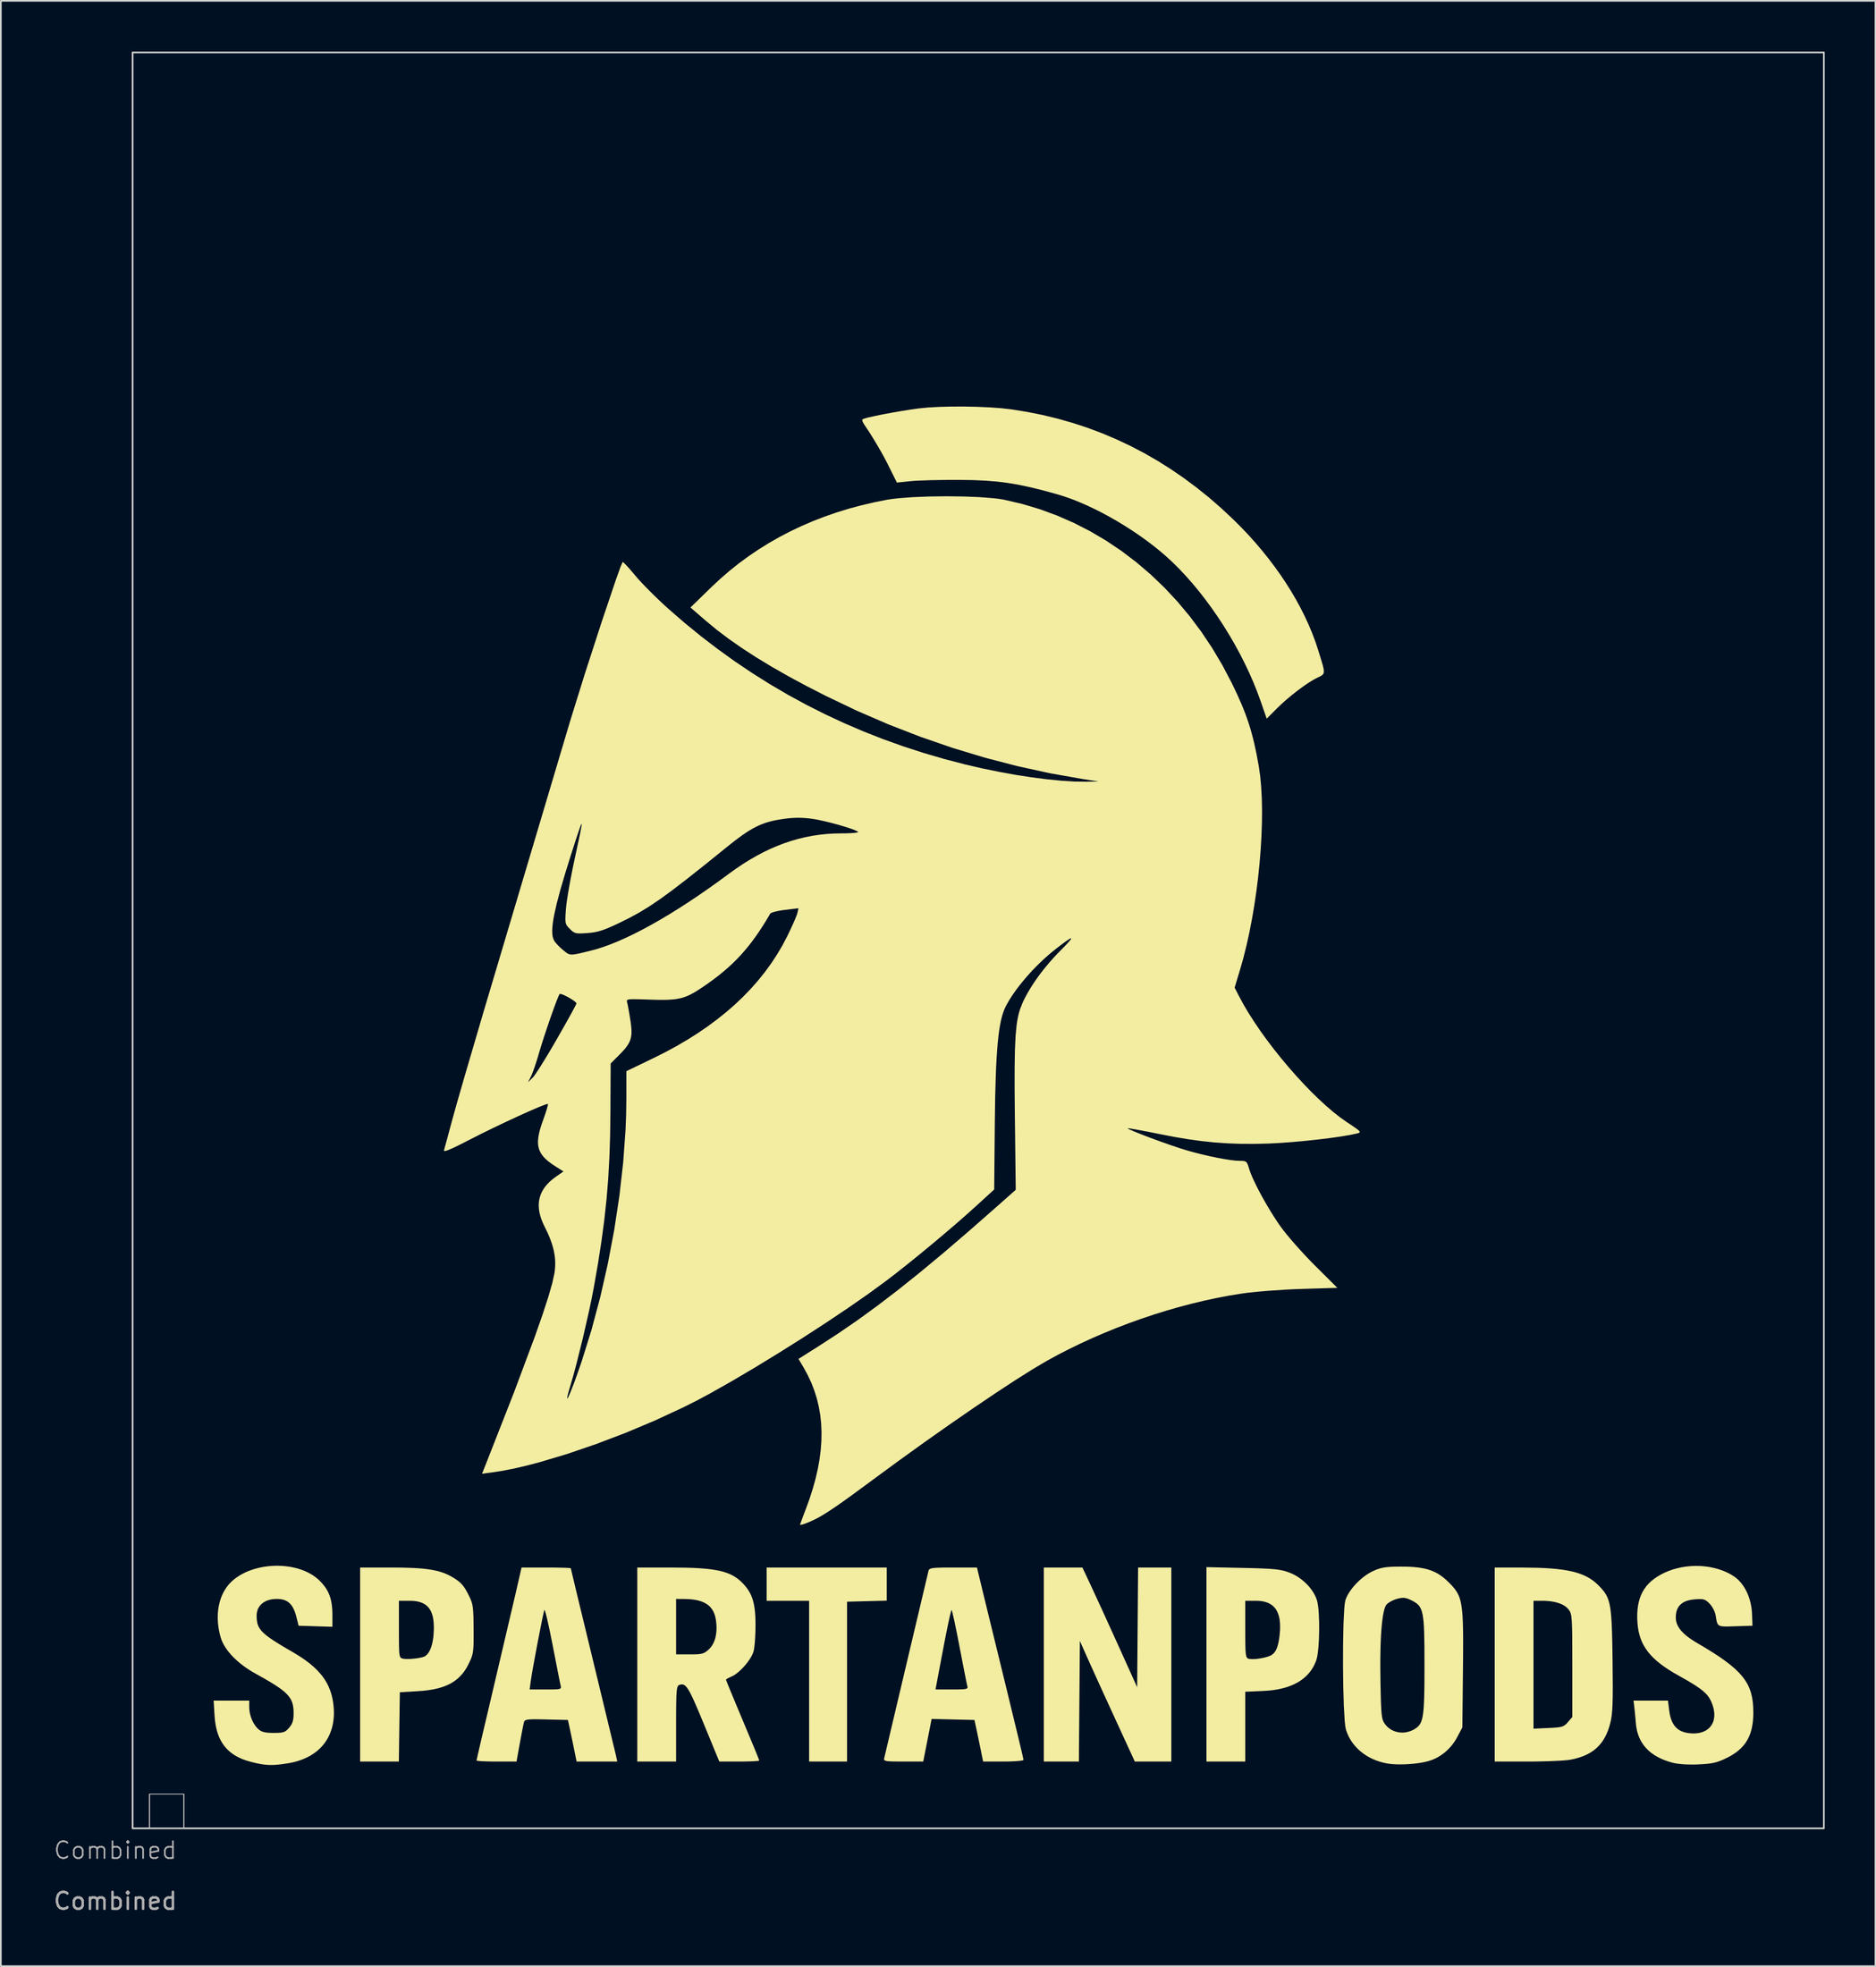
<source format=kicad_pcb>
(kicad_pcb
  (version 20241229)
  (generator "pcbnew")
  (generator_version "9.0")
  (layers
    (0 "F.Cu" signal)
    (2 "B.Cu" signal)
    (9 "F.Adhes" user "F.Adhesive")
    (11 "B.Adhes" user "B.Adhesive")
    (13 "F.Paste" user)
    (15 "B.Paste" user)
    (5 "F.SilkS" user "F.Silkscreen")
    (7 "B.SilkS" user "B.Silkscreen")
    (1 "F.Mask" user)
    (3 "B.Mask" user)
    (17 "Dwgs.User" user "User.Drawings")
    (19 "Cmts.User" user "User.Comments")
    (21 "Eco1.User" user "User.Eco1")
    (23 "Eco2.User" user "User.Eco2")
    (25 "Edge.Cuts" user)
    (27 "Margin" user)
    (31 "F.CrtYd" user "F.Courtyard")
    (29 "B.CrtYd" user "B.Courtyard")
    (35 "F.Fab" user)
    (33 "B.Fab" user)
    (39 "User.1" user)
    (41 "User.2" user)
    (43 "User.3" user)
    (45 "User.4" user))
  (footprint "Combined"
    (layer "F.Cu")
    (at 4.79 105.05)
    (property "Reference" "Combined" (at -1.022 1.3 0) (unlocked yes) (layer "F.Fab") (effects (font (size 1 1) (thickness 0.1))))
    (attr smd)
    (fp_poly (pts (xy 50.199 -99.979) (xy 51.255 -99.956) (xy 52.325 -99.915) (xy 53.322 -99.86) (xy 54.162 -99.794) (xy 54.759 -99.722) (xy 54.939 -99.685) (xy 55.027 -99.648) (xy 54.834 -98.2) (xy 54.368 -95) (xy 53.871 -91.685) (xy 53.584 -89.895) (xy 53.571 -89.83) (xy 53.562 -89.772) (xy 53.555 -89.721) (xy 53.552 -89.679) (xy 53.551 -89.662) (xy 53.552 -89.647) (xy 53.553 -89.635) (xy 53.555 -89.626) (xy 53.557 -89.62) (xy 53.559 -89.618) (xy 53.561 -89.617) (xy 53.563 -89.617) (xy 53.565 -89.618) (xy 53.57 -89.622) (xy 53.58 -89.641) (xy 53.596 -89.688) (xy 53.648 -89.858) (xy 53.821 -90.463) (xy 54.062 -91.343) (xy 54.346 -92.408) (xy 55.022 -94.938) (xy 55.632 -97.165) (xy 56.085 -98.762) (xy 56.224 -99.221) (xy 56.289 -99.4) (xy 56.33 -99.415) (xy 56.407 -99.416) (xy 56.663 -99.383) (xy 57.038 -99.307) (xy 57.512 -99.193) (xy 58.682 -98.877) (xy 60.019 -98.481) (xy 61.369 -98.053) (xy 62.579 -97.64) (xy 63.494 -97.29) (xy 63.794 -97.152) (xy 63.961 -97.048) (xy 63.964 -97.041) (xy 63.964 -97.026) (xy 63.951 -96.979) (xy 63.925 -96.906) (xy 63.886 -96.811) (xy 63.771 -96.555) (xy 63.611 -96.224) (xy 63.413 -95.828) (xy 63.181 -95.378) (xy 62.921 -94.884) (xy 62.638 -94.359) (xy 61.448 -92.151) (xy 60.585 -90.516) (xy 60.1 -89.55) (xy 60.014 -89.348) (xy 60.013 -89.322) (xy 60.042 -89.348) (xy 60.305 -89.703) (xy 60.892 -90.507) (xy 62.688 -92.984) (xy 63.96 -94.73) (xy 64.404 -95.325) (xy 64.743 -95.76) (xy 64.992 -96.058) (xy 65.089 -96.162) (xy 65.169 -96.239) (xy 65.235 -96.293) (xy 65.29 -96.324) (xy 65.334 -96.337) (xy 65.371 -96.334) (xy 65.534 -96.272) (xy 65.74 -96.179) (xy 65.983 -96.056) (xy 66.258 -95.909) (xy 66.883 -95.55) (xy 67.572 -95.13) (xy 68.284 -94.674) (xy 68.974 -94.211) (xy 69.601 -93.765) (xy 69.877 -93.558) (xy 70.121 -93.365) (xy 70.582 -92.989) (xy 69.516 -91.661) (xy 69.03 -91.05) (xy 68.494 -90.369) (xy 67.973 -89.701) (xy 67.532 -89.13) (xy 66.722 -88.072) (xy 66.064 -87.217) (xy 65.513 -86.507) (xy 66.603 -87.509) (xy 67.07 -87.943) (xy 67.534 -88.382) (xy 67.942 -88.777) (xy 68.24 -89.075) (xy 68.378 -89.215) (xy 68.562 -89.398) (xy 69.036 -89.861) (xy 69.597 -90.401) (xy 70.182 -90.957) (xy 71.578 -92.274) (xy 72.953 -90.921) (xy 73.559 -90.306) (xy 74.176 -89.646) (xy 74.791 -88.954) (xy 75.392 -88.247) (xy 75.967 -87.539) (xy 76.503 -86.846) (xy 76.987 -86.182) (xy 77.406 -85.563) (xy 77.592 -85.275) (xy 75.539 -83.967) (xy 73.75 -82.822) (xy 72.398 -81.945) (xy 71.543 -81.375) (xy 71.321 -81.217) (xy 71.245 -81.151) (xy 71.246 -81.149) (xy 71.249 -81.149) (xy 71.26 -81.15) (xy 71.279 -81.154) (xy 71.303 -81.162) (xy 71.335 -81.173) (xy 71.372 -81.186) (xy 71.462 -81.221) (xy 71.571 -81.266) (xy 71.696 -81.319) (xy 71.835 -81.38) (xy 71.983 -81.446) (xy 73.577 -82.149) (xy 75.671 -83.049) (xy 77.498 -83.821) (xy 78.071 -84.055) (xy 78.289 -84.135) (xy 78.388 -83.984) (xy 78.528 -83.75) (xy 78.702 -83.449) (xy 78.899 -83.099) (xy 79.11 -82.716) (xy 79.327 -82.316) (xy 79.539 -81.917) (xy 79.738 -81.535) (xy 79.993 -81.019) (xy 80.282 -80.41) (xy 80.872 -79.108) (xy 81.129 -78.513) (xy 81.333 -78.021) (xy 81.462 -77.682) (xy 81.492 -77.585) (xy 81.494 -77.545) (xy 81.438 -77.526) (xy 81.288 -77.482) (xy 80.75 -77.33) (xy 79.962 -77.112) (xy 79.004 -76.851) (xy 77.21 -76.352) (xy 75.914 -75.967) (xy 75.49 -75.829) (xy 75.235 -75.734) (xy 75.175 -75.703) (xy 75.163 -75.685) (xy 75.2 -75.679) (xy 75.289 -75.687) (xy 76.374 -75.809) (xy 78.052 -75.98) (xy 79.76 -76.144) (xy 80.932 -76.246) (xy 81.931 -76.319) (xy 82.1 -75.73) (xy 82.25 -75.194) (xy 82.394 -74.648) (xy 82.531 -74.094) (xy 82.662 -73.537) (xy 82.785 -72.978) (xy 82.899 -72.421) (xy 83.005 -71.87) (xy 83.1 -71.327) (xy 83.2 -70.687) (xy 83.288 -70.041) (xy 83.362 -69.414) (xy 83.419 -68.831) (xy 83.457 -68.318) (xy 83.474 -67.899) (xy 83.468 -67.601) (xy 83.456 -67.504) (xy 83.437 -67.447) (xy 83.432 -67.441) (xy 83.426 -67.436) (xy 83.42 -67.433) (xy 83.413 -67.43) (xy 83.405 -67.43) (xy 83.396 -67.43) (xy 83.386 -67.432) (xy 83.376 -67.435) (xy 83.365 -67.439) (xy 83.353 -67.445) (xy 83.341 -67.451) (xy 83.327 -67.459) (xy 83.313 -67.469) (xy 83.299 -67.479) (xy 83.284 -67.491) (xy 83.268 -67.503) (xy 83.234 -67.532) (xy 83.199 -67.566) (xy 83.161 -67.604) (xy 83.121 -67.646) (xy 83.079 -67.693) (xy 83.035 -67.743) (xy 82.989 -67.798) (xy 82.942 -67.856) (xy 82.826 -68.001) (xy 82.71 -68.136) (xy 82.595 -68.263) (xy 82.48 -68.383) (xy 82.364 -68.495) (xy 82.247 -68.601) (xy 82.126 -68.701) (xy 82.003 -68.795) (xy 81.876 -68.884) (xy 81.743 -68.969) (xy 81.606 -69.051) (xy 81.462 -69.129) (xy 81.311 -69.204) (xy 81.152 -69.277) (xy 80.984 -69.349) (xy 80.808 -69.42) (xy 80.457 -69.543) (xy 80.033 -69.674) (xy 79.57 -69.803) (xy 79.105 -69.922) (xy 78.674 -70.022) (xy 78.311 -70.095) (xy 78.167 -70.118) (xy 78.054 -70.131) (xy 77.975 -70.132) (xy 77.951 -70.129) (xy 77.937 -70.122) (xy 77.936 -70.119) (xy 77.936 -70.117) (xy 77.938 -70.113) (xy 77.941 -70.11) (xy 77.945 -70.106) (xy 77.951 -70.101) (xy 77.967 -70.091) (xy 77.988 -70.08) (xy 78.014 -70.067) (xy 78.045 -70.053) (xy 78.08 -70.038) (xy 78.118 -70.022) (xy 78.161 -70.005) (xy 78.207 -69.987) (xy 78.256 -69.969) (xy 78.308 -69.95) (xy 78.362 -69.931) (xy 78.419 -69.912) (xy 78.478 -69.892) (xy 78.854 -69.762) (xy 79.218 -69.621) (xy 79.569 -69.471) (xy 79.904 -69.311) (xy 80.222 -69.144) (xy 80.375 -69.057) (xy 80.522 -68.969) (xy 80.664 -68.879) (xy 80.801 -68.788) (xy 80.933 -68.695) (xy 81.059 -68.601) (xy 81.21 -68.482) (xy 81.364 -68.353) (xy 81.521 -68.216) (xy 81.679 -68.072) (xy 81.836 -67.923) (xy 81.992 -67.77) (xy 82.146 -67.613) (xy 82.296 -67.455) (xy 82.441 -67.297) (xy 82.58 -67.139) (xy 82.712 -66.984) (xy 82.835 -66.832) (xy 82.949 -66.684) (xy 83.052 -66.543) (xy 83.144 -66.409) (xy 83.222 -66.283) (xy 83.51 -65.791) (xy 83.435 -63.8) (xy 83.401 -62.989) (xy 83.363 -62.26) (xy 83.319 -61.601) (xy 83.268 -60.996) (xy 83.209 -60.433) (xy 83.14 -59.898) (xy 83.061 -59.378) (xy 82.97 -58.858) (xy 82.787 -57.875) (xy 82.694 -58.421) (xy 82.556 -59.179) (xy 82.413 -59.855) (xy 82.338 -60.167) (xy 82.26 -60.463) (xy 82.178 -60.746) (xy 82.092 -61.017) (xy 82.002 -61.278) (xy 81.906 -61.53) (xy 81.804 -61.775) (xy 81.696 -62.016) (xy 81.581 -62.253) (xy 81.458 -62.488) (xy 81.327 -62.723) (xy 81.188 -62.96) (xy 80.988 -63.285) (xy 80.905 -63.415) (xy 80.833 -63.524) (xy 80.771 -63.611) (xy 80.721 -63.678) (xy 80.682 -63.723) (xy 80.666 -63.737) (xy 80.653 -63.747) (xy 80.643 -63.75) (xy 80.636 -63.749) (xy 80.631 -63.742) (xy 80.629 -63.73) (xy 80.63 -63.713) (xy 80.634 -63.69) (xy 80.649 -63.629) (xy 80.675 -63.547) (xy 80.711 -63.443) (xy 80.759 -63.318) (xy 80.817 -63.172) (xy 80.891 -62.983) (xy 80.964 -62.777) (xy 81.106 -62.328) (xy 81.242 -61.839) (xy 81.366 -61.326) (xy 81.477 -60.804) (xy 81.57 -60.287) (xy 81.642 -59.791) (xy 81.669 -59.556) (xy 81.69 -59.331) (xy 81.706 -59.017) (xy 81.722 -58.513) (xy 81.75 -57.038) (xy 81.772 -55.117) (xy 81.784 -52.957) (xy 81.799 -50.134) (xy 81.829 -48.403) (xy 81.854 -47.84) (xy 81.888 -47.42) (xy 81.931 -47.1) (xy 81.986 -46.837) (xy 82.084 -46.45) (xy 82.186 -46.078) (xy 82.291 -45.721) (xy 82.4 -45.379) (xy 82.514 -45.048) (xy 82.633 -44.729) (xy 82.758 -44.42) (xy 82.89 -44.12) (xy 83.029 -43.827) (xy 83.175 -43.541) (xy 83.33 -43.26) (xy 83.493 -42.983) (xy 83.665 -42.709) (xy 83.847 -42.437) (xy 84.039 -42.165) (xy 84.243 -41.892) (xy 84.396 -41.689) (xy 84.536 -41.5) (xy 84.659 -41.329) (xy 84.764 -41.18) (xy 84.846 -41.057) (xy 84.903 -40.965) (xy 84.922 -40.931) (xy 84.933 -40.907) (xy 84.937 -40.892) (xy 84.936 -40.888) (xy 84.933 -40.887) (xy 84.921 -40.89) (xy 84.904 -40.894) (xy 84.855 -40.911) (xy 84.787 -40.937) (xy 84.704 -40.97) (xy 84.607 -41.01) (xy 84.5 -41.055) (xy 84.386 -41.105) (xy 84.267 -41.159) (xy 84.267 -41.159) (xy 83.972 -41.301) (xy 83.677 -41.459) (xy 83.385 -41.632) (xy 83.097 -41.817) (xy 82.813 -42.016) (xy 82.536 -42.225) (xy 82.265 -42.446) (xy 82.002 -42.675) (xy 81.748 -42.913) (xy 81.505 -43.158) (xy 81.273 -43.41) (xy 81.053 -43.667) (xy 80.847 -43.928) (xy 80.656 -44.193) (xy 80.48 -44.46) (xy 80.322 -44.729) (xy 80.097 -45.156) (xy 79.893 -45.599) (xy 79.706 -46.064) (xy 79.538 -46.556) (xy 79.387 -47.077) (xy 79.253 -47.635) (xy 79.134 -48.232) (xy 79.031 -48.874) (xy 78.943 -49.565) (xy 78.868 -50.311) (xy 78.807 -51.115) (xy 78.758 -51.982) (xy 78.722 -52.918) (xy 78.696 -53.927) (xy 78.681 -55.013) (xy 78.676 -56.181) (xy 78.664 -57.835) (xy 78.623 -59.214) (xy 78.589 -59.815) (xy 78.545 -60.366) (xy 78.49 -60.871) (xy 78.422 -61.337) (xy 78.342 -61.771) (xy 78.248 -62.177) (xy 78.138 -62.562) (xy 78.013 -62.932) (xy 77.87 -63.292) (xy 77.71 -63.649) (xy 77.531 -64.009) (xy 77.332 -64.377) (xy 77.194 -64.608) (xy 77.034 -64.848) (xy 76.855 -65.094) (xy 76.66 -65.344) (xy 76.449 -65.596) (xy 76.226 -65.847) (xy 75.993 -66.096) (xy 75.753 -66.34) (xy 75.506 -66.576) (xy 75.256 -66.803) (xy 75.005 -67.019) (xy 74.756 -67.22) (xy 74.509 -67.406) (xy 74.269 -67.573) (xy 74.036 -67.72) (xy 73.813 -67.843) (xy 72.939 -68.295) (xy 72.728 -69.041) (xy 72.381 -70.137) (xy 71.969 -71.218) (xy 71.493 -72.28) (xy 70.956 -73.32) (xy 70.359 -74.338) (xy 69.705 -75.329) (xy 68.995 -76.292) (xy 68.233 -77.224) (xy 67.42 -78.123) (xy 66.558 -78.986) (xy 65.649 -79.81) (xy 64.696 -80.593) (xy 63.7 -81.334) (xy 62.664 -82.028) (xy 61.59 -82.675) (xy 60.48 -83.27) (xy 60.055 -83.479) (xy 59.622 -83.68) (xy 59.179 -83.874) (xy 58.728 -84.06) (xy 58.27 -84.239) (xy 57.805 -84.41) (xy 56.856 -84.727) (xy 55.885 -85.01) (xy 54.896 -85.259) (xy 53.895 -85.471) (xy 52.886 -85.645) (xy 52.521 -85.695) (xy 52.129 -85.738) (xy 51.279 -85.8) (xy 50.367 -85.834) (xy 49.428 -85.838) (xy 48.494 -85.814) (xy 47.598 -85.762) (xy 46.774 -85.683) (xy 46.4 -85.632) (xy 46.055 -85.575) (xy 44.462 -85.282) (xy 44.195 -85.235) (xy 44.169 -85.302) (xy 44.135 -85.392) (xy 44.085 -85.525) (xy 44.018 -85.707) (xy 43.934 -85.94) (xy 43.83 -86.229) (xy 43.707 -86.579) (xy 43.143 -88.112) (xy 42.538 -89.614) (xy 41.9 -91.072) (xy 41.235 -92.471) (xy 40.55 -93.798) (xy 39.852 -95.038) (xy 39.148 -96.177) (xy 39.134 -96.198) (xy 42.019 -96.198) (xy 42.019 -96.188) (xy 42.026 -96.161) (xy 42.038 -96.122) (xy 42.056 -96.072) (xy 42.079 -96.013) (xy 42.108 -95.944) (xy 42.141 -95.865) (xy 42.18 -95.778) (xy 42.223 -95.683) (xy 42.324 -95.47) (xy 42.44 -95.231) (xy 42.69 -94.703) (xy 42.934 -94.144) (xy 43.171 -93.558) (xy 43.4 -92.947) (xy 43.619 -92.316) (xy 43.828 -91.667) (xy 44.024 -91.005) (xy 44.207 -90.332) (xy 44.271 -90.094) (xy 44.332 -89.879) (xy 44.388 -89.691) (xy 44.439 -89.535) (xy 44.482 -89.414) (xy 44.517 -89.333) (xy 44.531 -89.309) (xy 44.542 -89.296) (xy 44.546 -89.294) (xy 44.55 -89.295) (xy 44.555 -89.307) (xy 44.558 -89.331) (xy 44.557 -89.366) (xy 44.553 -89.41) (xy 44.547 -89.463) (xy 44.527 -89.596) (xy 44.498 -89.757) (xy 44.461 -89.942) (xy 44.417 -90.146) (xy 44.366 -90.364) (xy 44.311 -90.589) (xy 44.076 -91.449) (xy 43.811 -92.304) (xy 43.524 -93.135) (xy 43.223 -93.921) (xy 42.918 -94.639) (xy 42.616 -95.268) (xy 42.469 -95.544) (xy 42.326 -95.789) (xy 42.189 -96.001) (xy 42.057 -96.179) (xy 42.047 -96.191) (xy 42.038 -96.2) (xy 42.031 -96.206) (xy 42.025 -96.209) (xy 42.022 -96.208) (xy 42.019 -96.204) (xy 42.019 -96.198) (xy 39.134 -96.198) (xy 38.796 -96.704) (xy 38.445 -97.201) (xy 38.336 -97.352) (xy 38.236 -97.494) (xy 38.147 -97.624) (xy 38.07 -97.738) (xy 38.009 -97.834) (xy 37.964 -97.907) (xy 37.939 -97.956) (xy 37.934 -97.97) (xy 37.933 -97.974) (xy 37.934 -97.977) (xy 38.101 -98.034) (xy 38.503 -98.151) (xy 39.751 -98.493) (xy 41.151 -98.863) (xy 42.176 -99.118) (xy 42.627 -99.214) (xy 43.169 -99.319) (xy 43.733 -99.421) (xy 44.252 -99.507) (xy 45.694 -99.731) (xy 45.732 -99.736) (xy 45.768 -99.74) (xy 45.801 -99.741) (xy 45.832 -99.742) (xy 45.86 -99.74) (xy 45.887 -99.736) (xy 45.911 -99.73) (xy 45.922 -99.727) (xy 45.933 -99.723) (xy 45.943 -99.718) (xy 45.953 -99.713) (xy 45.962 -99.708) (xy 45.971 -99.702) (xy 45.979 -99.696) (xy 45.987 -99.689) (xy 45.994 -99.681) (xy 46.001 -99.673) (xy 46.007 -99.664) (xy 46.014 -99.655) (xy 46.025 -99.636) (xy 46.034 -99.614) (xy 46.042 -99.59) (xy 46.124 -99.228) (xy 46.229 -98.652) (xy 46.351 -97.897) (xy 46.486 -97.001) (xy 46.77 -94.932) (xy 46.909 -93.833) (xy 47.039 -92.74) (xy 47.109 -92.145) (xy 47.172 -91.652) (xy 47.22 -91.314) (xy 47.237 -91.218) (xy 47.247 -91.18) (xy 47.253 -91.262) (xy 47.256 -91.511) (xy 47.255 -92.437) (xy 47.245 -93.817) (xy 47.227 -95.508) (xy 47.172 -99.871) (xy 48.472 -99.952) (xy 49.243 -99.979)) (stroke (width 0) (type solid)) (fill yes) (layer "F.Mask"))
    (fp_poly (pts (xy 6.981 -3.936) (xy 6.981 -3.936) (xy 6.981 -3.936)) (stroke (width 0) (type solid)) (fill yes) (layer "F.SilkS"))
    (fp_poly (pts (xy 44.591 -14.442) (xy 44.591 -13.463) (xy 43.417 -13.432) (xy 42.242 -13.401) (xy 42.242 -8.675) (xy 42.242 -3.95) (xy 41.122 -3.95) (xy 40.002 -3.95) (xy 40.002 -8.703) (xy 40.002 -13.455) (xy 38.746 -13.455) (xy 37.489 -13.455) (xy 37.489 -14.439) (xy 37.489 -15.422) (xy 41.04 -15.422) (xy 44.591 -15.422)) (stroke (width 0) (type solid)) (fill yes) (layer "F.SilkS"))
    (fp_poly (pts (xy 56.635 -14.411) (xy 57.307 -12.955) (xy 58.254 -10.873) (xy 59.396 -8.345) (xy 59.424 -11.883) (xy 59.453 -15.422) (xy 60.435 -15.422) (xy 61.417 -15.422) (xy 61.417 -9.686) (xy 61.417 -3.95) (xy 60.338 -3.95) (xy 59.258 -3.95) (xy 58.14 -6.381) (xy 57.201 -8.431) (xy 56.515 -9.946) (xy 56.009 -11.08) (xy 55.98 -7.515) (xy 55.951 -3.95) (xy 54.915 -3.95) (xy 53.878 -3.95) (xy 53.878 -9.686) (xy 53.878 -15.422) (xy 55.018 -15.422) (xy 56.159 -15.422)) (stroke (width 0) (type solid)) (fill yes) (layer "F.SilkS"))
    (fp_poly (pts (xy 25.018 -15.419) (xy 25.481 -15.409) (xy 25.793 -15.395) (xy 25.879 -15.387) (xy 25.901 -15.383) (xy 25.908 -15.379) (xy 26.29 -13.78) (xy 27.206 -9.998) (xy 28.581 -4.305) (xy 28.657 -3.95) (xy 27.454 -3.95) (xy 26.252 -3.95) (xy 26.125 -4.578) (xy 25.998 -5.198) (xy 25.869 -5.807) (xy 25.74 -6.408) (xy 24.467 -6.439) (xy 24.083 -6.447) (xy 23.784 -6.45) (xy 23.557 -6.445) (xy 23.468 -6.44) (xy 23.393 -6.433) (xy 23.33 -6.423) (xy 23.28 -6.411) (xy 23.239 -6.396) (xy 23.207 -6.378) (xy 23.182 -6.357) (xy 23.164 -6.333) (xy 23.15 -6.306) (xy 23.14 -6.275) (xy 23.125 -6.214) (xy 23.104 -6.115) (xy 23.045 -5.825) (xy 22.972 -5.444) (xy 22.893 -5.015) (xy 22.7 -3.95) (xy 21.518 -3.95) (xy 21.281 -3.951) (xy 21.059 -3.955) (xy 20.858 -3.961) (xy 20.683 -3.968) (xy 20.539 -3.978) (xy 20.429 -3.989) (xy 20.36 -4) (xy 20.342 -4.007) (xy 20.336 -4.013) (xy 20.336 -4.013) (xy 20.414 -4.367) (xy 20.626 -5.283) (xy 21.315 -8.211) (xy 23.475 -8.211) (xy 24.42 -8.211) (xy 24.727 -8.212) (xy 24.958 -8.216) (xy 25.048 -8.22) (xy 25.123 -8.225) (xy 25.184 -8.233) (xy 25.232 -8.244) (xy 25.269 -8.257) (xy 25.284 -8.265) (xy 25.296 -8.273) (xy 25.305 -8.283) (xy 25.313 -8.293) (xy 25.319 -8.304) (xy 25.322 -8.317) (xy 25.325 -8.345) (xy 25.323 -8.377) (xy 25.316 -8.414) (xy 25.306 -8.457) (xy 25.306 -8.457) (xy 25.249 -8.725) (xy 25.14 -9.272) (xy 24.825 -10.888) (xy 24.657 -11.723) (xy 24.51 -12.383) (xy 24.45 -12.626) (xy 24.401 -12.8) (xy 24.365 -12.897) (xy 24.352 -12.914) (xy 24.348 -12.915) (xy 24.344 -12.909) (xy 24.291 -12.696) (xy 24.199 -12.261) (xy 23.949 -10.993) (xy 23.697 -9.638) (xy 23.602 -9.095) (xy 23.545 -8.73) (xy 23.475 -8.211) (xy 21.315 -8.211) (xy 21.323 -8.247) (xy 22.654 -13.92) (xy 22.998 -15.422) (xy 24.453 -15.422)) (stroke (width 0) (type solid)) (fill yes) (layer "F.SilkS"))
    (fp_poly (pts (xy 50.32 -13.784) (xy 51.696 -8.15) (xy 52.388 -5.297) (xy 52.599 -4.406) (xy 52.676 -4.052) (xy 52.675 -4.046) (xy 52.67 -4.041) (xy 52.663 -4.036) (xy 52.652 -4.031) (xy 52.623 -4.021) (xy 52.583 -4.012) (xy 52.533 -4.003) (xy 52.473 -3.995) (xy 52.405 -3.987) (xy 52.328 -3.98) (xy 52.243 -3.973) (xy 52.151 -3.967) (xy 52.053 -3.962) (xy 51.948 -3.958) (xy 51.724 -3.952) (xy 51.482 -3.95) (xy 50.288 -3.95) (xy 50.161 -4.578) (xy 50.034 -5.198) (xy 49.906 -5.807) (xy 49.776 -6.408) (xy 48.51 -6.439) (xy 47.243 -6.469) (xy 46.996 -5.21) (xy 46.748 -3.95) (xy 45.571 -3.95) (xy 45.214 -3.951) (xy 44.938 -3.955) (xy 44.733 -3.965) (xy 44.654 -3.972) (xy 44.589 -3.981) (xy 44.538 -3.991) (xy 44.497 -4.005) (xy 44.468 -4.02) (xy 44.448 -4.038) (xy 44.436 -4.059) (xy 44.431 -4.083) (xy 44.432 -4.11) (xy 44.438 -4.141) (xy 44.438 -4.141) (xy 45.4 -8.211) (xy 47.473 -8.211) (xy 48.443 -8.211) (xy 48.735 -8.212) (xy 48.961 -8.217) (xy 49.052 -8.221) (xy 49.129 -8.226) (xy 49.193 -8.233) (xy 49.246 -8.242) (xy 49.288 -8.253) (xy 49.32 -8.266) (xy 49.343 -8.282) (xy 49.358 -8.3) (xy 49.366 -8.321) (xy 49.368 -8.345) (xy 49.365 -8.372) (xy 49.358 -8.402) (xy 49.358 -8.402) (xy 49.338 -8.485) (xy 49.304 -8.647) (xy 49.198 -9.171) (xy 49.056 -9.898) (xy 48.892 -10.751) (xy 48.728 -11.589) (xy 48.585 -12.275) (xy 48.478 -12.739) (xy 48.442 -12.865) (xy 48.43 -12.898) (xy 48.422 -12.909) (xy 48.418 -12.906) (xy 48.413 -12.896) (xy 48.4 -12.861) (xy 48.363 -12.723) (xy 48.311 -12.506) (xy 48.248 -12.218) (xy 48.175 -11.871) (xy 48.094 -11.472) (xy 48.007 -11.031) (xy 47.917 -10.56) (xy 47.473 -8.211) (xy 45.4 -8.211) (xy 47.061 -15.231) (xy 47.066 -15.246) (xy 47.072 -15.261) (xy 47.079 -15.275) (xy 47.087 -15.288) (xy 47.097 -15.3) (xy 47.108 -15.311) (xy 47.121 -15.322) (xy 47.136 -15.332) (xy 47.153 -15.341) (xy 47.172 -15.35) (xy 47.194 -15.358) (xy 47.218 -15.366) (xy 47.245 -15.373) (xy 47.275 -15.379) (xy 47.309 -15.385) (xy 47.345 -15.39) (xy 47.385 -15.395) (xy 47.429 -15.399) (xy 47.476 -15.403) (xy 47.528 -15.406) (xy 47.583 -15.409) (xy 47.643 -15.412) (xy 47.708 -15.414) (xy 47.777 -15.416) (xy 47.93 -15.419) (xy 48.104 -15.421) (xy 48.301 -15.422) (xy 48.521 -15.422) (xy 49.924 -15.422)) (stroke (width 0) (type solid)) (fill yes) (layer "F.SilkS"))
    (fp_poly (pts (xy 82.148 -15.42) (xy 83.073 -15.406) (xy 83.485 -15.389) (xy 83.867 -15.365) (xy 84.219 -15.333) (xy 84.544 -15.293) (xy 84.843 -15.244) (xy 85.119 -15.186) (xy 85.372 -15.119) (xy 85.606 -15.042) (xy 85.822 -14.955) (xy 86.021 -14.857) (xy 86.205 -14.748) (xy 86.377 -14.628) (xy 86.538 -14.495) (xy 86.69 -14.35) (xy 86.817 -14.217) (xy 86.875 -14.152) (xy 86.929 -14.089) (xy 86.98 -14.025) (xy 87.028 -13.961) (xy 87.072 -13.895) (xy 87.114 -13.828) (xy 87.152 -13.757) (xy 87.188 -13.684) (xy 87.221 -13.607) (xy 87.251 -13.525) (xy 87.279 -13.439) (xy 87.305 -13.346) (xy 87.328 -13.247) (xy 87.35 -13.141) (xy 87.369 -13.026) (xy 87.387 -12.904) (xy 87.402 -12.772) (xy 87.417 -12.631) (xy 87.429 -12.479) (xy 87.441 -12.316) (xy 87.46 -11.955) (xy 87.475 -11.542) (xy 87.486 -11.071) (xy 87.496 -10.538) (xy 87.505 -9.937) (xy 87.518 -8.381) (xy 87.515 -7.813) (xy 87.504 -7.355) (xy 87.485 -6.988) (xy 87.457 -6.691) (xy 87.419 -6.443) (xy 87.371 -6.223) (xy 87.307 -5.994) (xy 87.233 -5.779) (xy 87.15 -5.578) (xy 87.056 -5.39) (xy 87.005 -5.301) (xy 86.952 -5.215) (xy 86.896 -5.132) (xy 86.837 -5.053) (xy 86.775 -4.976) (xy 86.711 -4.903) (xy 86.644 -4.832) (xy 86.574 -4.765) (xy 86.501 -4.7) (xy 86.425 -4.639) (xy 86.346 -4.58) (xy 86.264 -4.524) (xy 86.178 -4.471) (xy 86.09 -4.42) (xy 85.999 -4.373) (xy 85.904 -4.328) (xy 85.705 -4.246) (xy 85.493 -4.175) (xy 85.267 -4.113) (xy 85.028 -4.062) (xy 84.87 -4.039) (xy 84.646 -4.018) (xy 84.365 -3.999) (xy 84.04 -3.983) (xy 83.679 -3.969) (xy 83.293 -3.959) (xy 82.893 -3.952) (xy 82.489 -3.95) (xy 80.537 -3.95) (xy 80.537 -9.674) (xy 82.831 -9.674) (xy 82.831 -5.893) (xy 83.716 -5.934) (xy 83.988 -5.947) (xy 84.102 -5.955) (xy 84.203 -5.964) (xy 84.292 -5.974) (xy 84.371 -5.985) (xy 84.441 -5.999) (xy 84.503 -6.015) (xy 84.558 -6.034) (xy 84.608 -6.057) (xy 84.654 -6.083) (xy 84.696 -6.112) (xy 84.737 -6.147) (xy 84.778 -6.185) (xy 84.82 -6.229) (xy 84.863 -6.279) (xy 84.863 -6.279) (xy 85.126 -6.584) (xy 85.126 -9.623) (xy 85.121 -11.325) (xy 85.111 -11.875) (xy 85.094 -12.268) (xy 85.067 -12.538) (xy 85.048 -12.638) (xy 85.027 -12.719) (xy 85.002 -12.786) (xy 84.973 -12.843) (xy 84.902 -12.945) (xy 84.877 -12.976) (xy 84.851 -13.005) (xy 84.822 -13.033) (xy 84.792 -13.061) (xy 84.76 -13.088) (xy 84.727 -13.114) (xy 84.692 -13.139) (xy 84.655 -13.163) (xy 84.578 -13.208) (xy 84.494 -13.25) (xy 84.404 -13.288) (xy 84.308 -13.322) (xy 84.207 -13.353) (xy 84.1 -13.38) (xy 83.987 -13.402) (xy 83.87 -13.421) (xy 83.747 -13.435) (xy 83.62 -13.446) (xy 83.487 -13.453) (xy 83.35 -13.455) (xy 82.831 -13.455) (xy 82.831 -9.674) (xy 80.537 -9.674) (xy 80.537 -9.686) (xy 80.537 -15.422)) (stroke (width 0) (type solid)) (fill yes) (layer "F.SilkS"))
    (fp_poly (pts (xy 49.953 -84.046) (xy 50.698 -84.013) (xy 51.381 -83.962) (xy 51.967 -83.896) (xy 52.896 -83.746) (xy 53.811 -83.562) (xy 54.711 -83.344) (xy 55.596 -83.092) (xy 56.467 -82.805) (xy 57.323 -82.484) (xy 58.164 -82.128) (xy 58.991 -81.739) (xy 59.803 -81.315) (xy 60.601 -80.857) (xy 61.384 -80.364) (xy 62.152 -79.838) (xy 62.906 -79.277) (xy 63.645 -78.682) (xy 64.37 -78.052) (xy 65.08 -77.388) (xy 65.525 -76.945) (xy 65.955 -76.494) (xy 66.369 -76.034) (xy 66.766 -75.567) (xy 67.147 -75.094) (xy 67.511 -74.615) (xy 67.857 -74.132) (xy 68.185 -73.644) (xy 68.494 -73.153) (xy 68.784 -72.659) (xy 69.054 -72.163) (xy 69.304 -71.666) (xy 69.534 -71.169) (xy 69.742 -70.672) (xy 69.929 -70.176) (xy 70.093 -69.682) (xy 70.245 -69.194) (xy 70.353 -68.83) (xy 70.391 -68.689) (xy 70.417 -68.57) (xy 70.432 -68.471) (xy 70.435 -68.39) (xy 70.432 -68.355) (xy 70.426 -68.323) (xy 70.418 -68.294) (xy 70.406 -68.268) (xy 70.392 -68.244) (xy 70.375 -68.221) (xy 70.331 -68.181) (xy 70.275 -68.144) (xy 70.208 -68.107) (xy 70.036 -68.024) (xy 69.915 -67.961) (xy 69.785 -67.888) (xy 69.646 -67.804) (xy 69.501 -67.712) (xy 69.351 -67.611) (xy 69.196 -67.502) (xy 68.876 -67.266) (xy 68.552 -67.011) (xy 68.232 -66.743) (xy 68.077 -66.607) (xy 67.926 -66.47) (xy 67.781 -66.333) (xy 67.642 -66.198) (xy 67.056 -65.611) (xy 66.69 -66.664) (xy 66.486 -67.221) (xy 66.26 -67.782) (xy 66.012 -68.345) (xy 65.744 -68.907) (xy 65.458 -69.467) (xy 65.155 -70.023) (xy 64.835 -70.572) (xy 64.501 -71.113) (xy 64.153 -71.643) (xy 63.794 -72.161) (xy 63.423 -72.664) (xy 63.043 -73.151) (xy 62.654 -73.62) (xy 62.258 -74.068) (xy 61.857 -74.493) (xy 61.45 -74.894) (xy 61.105 -75.211) (xy 60.738 -75.526) (xy 60.351 -75.837) (xy 59.947 -76.143) (xy 59.529 -76.442) (xy 59.099 -76.733) (xy 58.66 -77.014) (xy 58.214 -77.285) (xy 57.764 -77.542) (xy 57.312 -77.786) (xy 56.861 -78.013) (xy 56.414 -78.224) (xy 55.973 -78.415) (xy 55.541 -78.587) (xy 55.119 -78.737) (xy 54.712 -78.864) (xy 53.886 -79.092) (xy 53.138 -79.278) (xy 52.443 -79.427) (xy 52.108 -79.488) (xy 51.777 -79.541) (xy 51.447 -79.587) (xy 51.115 -79.625) (xy 50.435 -79.681) (xy 49.711 -79.714) (xy 48.92 -79.727) (xy 48.048 -79.725) (xy 47.211 -79.71) (xy 46.502 -79.685) (xy 46.226 -79.67) (xy 46.017 -79.653) (xy 45.191 -79.568) (xy 44.632 -80.691) (xy 44.508 -80.931) (xy 44.373 -81.181) (xy 44.23 -81.436) (xy 44.085 -81.688) (xy 43.806 -82.154) (xy 43.576 -82.523) (xy 43.248 -83.017) (xy 43.218 -83.067) (xy 43.192 -83.113) (xy 43.171 -83.156) (xy 43.156 -83.195) (xy 43.146 -83.23) (xy 43.144 -83.245) (xy 43.143 -83.26) (xy 43.144 -83.273) (xy 43.147 -83.285) (xy 43.152 -83.296) (xy 43.159 -83.305) (xy 43.198 -83.328) (xy 43.279 -83.356) (xy 43.397 -83.39) (xy 43.547 -83.428) (xy 43.932 -83.513) (xy 44.4 -83.608) (xy 44.919 -83.705) (xy 45.457 -83.798) (xy 45.982 -83.882) (xy 46.461 -83.95) (xy 47.016 -84.005) (xy 47.676 -84.042) (xy 48.408 -84.061) (xy 49.178 -84.062)) (stroke (width 0) (type solid)) (fill yes) (layer "F.SilkS"))
    (fp_poly (pts (xy 65.651 -15.398) (xy 66.295 -15.383) (xy 66.812 -15.366) (xy 67.224 -15.345) (xy 67.55 -15.318) (xy 67.813 -15.283) (xy 68.034 -15.238) (xy 68.233 -15.18) (xy 68.433 -15.107) (xy 68.569 -15.049) (xy 68.703 -14.982) (xy 68.834 -14.908) (xy 68.962 -14.825) (xy 69.086 -14.736) (xy 69.206 -14.64) (xy 69.321 -14.539) (xy 69.43 -14.433) (xy 69.533 -14.323) (xy 69.629 -14.208) (xy 69.718 -14.091) (xy 69.798 -13.97) (xy 69.87 -13.848) (xy 69.933 -13.725) (xy 69.986 -13.601) (xy 70.029 -13.477) (xy 70.062 -13.338) (xy 70.091 -13.165) (xy 70.114 -12.963) (xy 70.133 -12.737) (xy 70.155 -12.232) (xy 70.158 -11.69) (xy 70.143 -11.15) (xy 70.109 -10.653) (xy 70.085 -10.433) (xy 70.058 -10.239) (xy 70.025 -10.074) (xy 69.989 -9.946) (xy 69.95 -9.841) (xy 69.906 -9.74) (xy 69.859 -9.641) (xy 69.808 -9.546) (xy 69.754 -9.453) (xy 69.695 -9.364) (xy 69.633 -9.278) (xy 69.566 -9.194) (xy 69.496 -9.114) (xy 69.422 -9.037) (xy 69.345 -8.963) (xy 69.263 -8.892) (xy 69.178 -8.824) (xy 69.089 -8.759) (xy 68.996 -8.697) (xy 68.9 -8.638) (xy 68.799 -8.583) (xy 68.695 -8.53) (xy 68.588 -8.481) (xy 68.476 -8.435) (xy 68.361 -8.391) (xy 68.242 -8.351) (xy 68.12 -8.314) (xy 67.994 -8.281) (xy 67.864 -8.25) (xy 67.73 -8.222) (xy 67.593 -8.198) (xy 67.452 -8.177) (xy 67.308 -8.159) (xy 67.159 -8.144) (xy 66.852 -8.124) (xy 65.787 -8.076) (xy 65.787 -6.013) (xy 65.787 -3.95) (xy 64.64 -3.95) (xy 63.493 -3.95) (xy 63.493 -9.697) (xy 63.493 -11.77) (xy 65.787 -11.77) (xy 65.788 -11.263) (xy 65.793 -10.867) (xy 65.802 -10.568) (xy 65.818 -10.351) (xy 65.829 -10.27) (xy 65.843 -10.204) (xy 65.858 -10.151) (xy 65.876 -10.11) (xy 65.897 -10.08) (xy 65.921 -10.058) (xy 65.948 -10.042) (xy 65.978 -10.031) (xy 66.028 -10.02) (xy 66.086 -10.013) (xy 66.151 -10.008) (xy 66.222 -10.007) (xy 66.299 -10.009) (xy 66.38 -10.013) (xy 66.464 -10.02) (xy 66.551 -10.03) (xy 66.639 -10.043) (xy 66.728 -10.058) (xy 66.816 -10.075) (xy 66.904 -10.094) (xy 66.989 -10.115) (xy 67.07 -10.138) (xy 67.148 -10.163) (xy 67.221 -10.189) (xy 67.253 -10.203) (xy 67.285 -10.218) (xy 67.316 -10.234) (xy 67.345 -10.252) (xy 67.374 -10.271) (xy 67.401 -10.292) (xy 67.428 -10.314) (xy 67.454 -10.337) (xy 67.478 -10.362) (xy 67.502 -10.389) (xy 67.524 -10.418) (xy 67.546 -10.448) (xy 67.567 -10.479) (xy 67.587 -10.513) (xy 67.606 -10.549) (xy 67.625 -10.586) (xy 67.642 -10.625) (xy 67.659 -10.666) (xy 67.675 -10.71) (xy 67.69 -10.755) (xy 67.705 -10.802) (xy 67.719 -10.852) (xy 67.732 -10.903) (xy 67.745 -10.957) (xy 67.757 -11.013) (xy 67.768 -11.072) (xy 67.789 -11.196) (xy 67.807 -11.329) (xy 67.823 -11.473) (xy 67.843 -11.717) (xy 67.848 -11.945) (xy 67.84 -12.156) (xy 67.817 -12.351) (xy 67.801 -12.442) (xy 67.781 -12.529) (xy 67.757 -12.612) (xy 67.73 -12.692) (xy 67.699 -12.767) (xy 67.665 -12.838) (xy 67.627 -12.906) (xy 67.586 -12.969) (xy 67.541 -13.028) (xy 67.492 -13.084) (xy 67.44 -13.135) (xy 67.384 -13.183) (xy 67.325 -13.227) (xy 67.261 -13.267) (xy 67.195 -13.303) (xy 67.124 -13.335) (xy 67.05 -13.363) (xy 66.972 -13.388) (xy 66.891 -13.408) (xy 66.806 -13.425) (xy 66.717 -13.439) (xy 66.624 -13.448) (xy 66.428 -13.455) (xy 65.787 -13.455) (xy 65.787 -11.77) (xy 63.493 -11.77) (xy 63.493 -15.445)) (stroke (width 0) (type solid)) (fill yes) (layer "F.SilkS"))
    (fp_poly (pts (xy 15.964 -15.416) (xy 16.597 -15.395) (xy 16.878 -15.379) (xy 17.136 -15.358) (xy 17.375 -15.332) (xy 17.595 -15.301) (xy 17.799 -15.265) (xy 17.989 -15.224) (xy 18.167 -15.176) (xy 18.334 -15.122) (xy 18.492 -15.062) (xy 18.644 -14.994) (xy 18.791 -14.92) (xy 18.935 -14.838) (xy 19.017 -14.788) (xy 19.093 -14.738) (xy 19.165 -14.69) (xy 19.231 -14.641) (xy 19.293 -14.592) (xy 19.351 -14.542) (xy 19.406 -14.49) (xy 19.458 -14.436) (xy 19.508 -14.379) (xy 19.556 -14.32) (xy 19.602 -14.257) (xy 19.648 -14.189) (xy 19.693 -14.117) (xy 19.738 -14.039) (xy 19.784 -13.956) (xy 19.831 -13.867) (xy 19.884 -13.76) (xy 19.932 -13.663) (xy 19.973 -13.572) (xy 20.009 -13.485) (xy 20.04 -13.399) (xy 20.066 -13.311) (xy 20.088 -13.22) (xy 20.106 -13.122) (xy 20.121 -13.014) (xy 20.132 -12.895) (xy 20.141 -12.762) (xy 20.148 -12.612) (xy 20.153 -12.442) (xy 20.157 -12.251) (xy 20.161 -11.791) (xy 20.164 -11.33) (xy 20.161 -10.968) (xy 20.156 -10.818) (xy 20.149 -10.685) (xy 20.139 -10.566) (xy 20.127 -10.459) (xy 20.11 -10.361) (xy 20.09 -10.27) (xy 20.065 -10.182) (xy 20.035 -10.096) (xy 20.001 -10.009) (xy 19.961 -9.917) (xy 19.863 -9.713) (xy 19.814 -9.616) (xy 19.763 -9.523) (xy 19.709 -9.433) (xy 19.653 -9.347) (xy 19.595 -9.263) (xy 19.534 -9.183) (xy 19.471 -9.107) (xy 19.405 -9.033) (xy 19.337 -8.963) (xy 19.266 -8.895) (xy 19.192 -8.831) (xy 19.115 -8.77) (xy 19.035 -8.711) (xy 18.953 -8.656) (xy 18.867 -8.603) (xy 18.777 -8.553) (xy 18.685 -8.506) (xy 18.589 -8.462) (xy 18.49 -8.421) (xy 18.387 -8.382) (xy 18.281 -8.346) (xy 18.171 -8.312) (xy 18.057 -8.281) (xy 17.939 -8.252) (xy 17.817 -8.226) (xy 17.692 -8.203) (xy 17.428 -8.162) (xy 17.148 -8.131) (xy 16.85 -8.109) (xy 15.802 -8.047) (xy 15.772 -5.999) (xy 15.743 -3.95) (xy 14.598 -3.95) (xy 13.453 -3.95) (xy 13.453 -9.686) (xy 13.453 -11.77) (xy 15.747 -11.77) (xy 15.748 -11.22) (xy 15.752 -10.805) (xy 15.761 -10.503) (xy 15.769 -10.39) (xy 15.779 -10.297) (xy 15.793 -10.224) (xy 15.809 -10.167) (xy 15.829 -10.123) (xy 15.853 -10.092) (xy 15.881 -10.069) (xy 15.913 -10.054) (xy 15.993 -10.033) (xy 16.043 -10.025) (xy 16.101 -10.019) (xy 16.165 -10.015) (xy 16.235 -10.013) (xy 16.31 -10.014) (xy 16.388 -10.016) (xy 16.47 -10.02) (xy 16.553 -10.027) (xy 16.723 -10.044) (xy 16.807 -10.055) (xy 16.889 -10.068) (xy 16.969 -10.082) (xy 17.046 -10.098) (xy 17.118 -10.115) (xy 17.185 -10.133) (xy 17.185 -10.133) (xy 17.216 -10.143) (xy 17.246 -10.156) (xy 17.275 -10.171) (xy 17.304 -10.188) (xy 17.332 -10.208) (xy 17.359 -10.23) (xy 17.386 -10.254) (xy 17.412 -10.28) (xy 17.437 -10.309) (xy 17.462 -10.34) (xy 17.486 -10.372) (xy 17.509 -10.407) (xy 17.532 -10.444) (xy 17.554 -10.483) (xy 17.575 -10.524) (xy 17.595 -10.567) (xy 17.614 -10.612) (xy 17.633 -10.659) (xy 17.65 -10.707) (xy 17.667 -10.758) (xy 17.683 -10.81) (xy 17.698 -10.864) (xy 17.713 -10.92) (xy 17.726 -10.977) (xy 17.738 -11.036) (xy 17.75 -11.097) (xy 17.77 -11.223) (xy 17.786 -11.356) (xy 17.798 -11.494) (xy 17.811 -11.745) (xy 17.811 -11.977) (xy 17.799 -12.191) (xy 17.774 -12.387) (xy 17.757 -12.478) (xy 17.736 -12.564) (xy 17.712 -12.647) (xy 17.685 -12.725) (xy 17.655 -12.799) (xy 17.621 -12.869) (xy 17.583 -12.934) (xy 17.542 -12.996) (xy 17.498 -13.053) (xy 17.45 -13.106) (xy 17.398 -13.156) (xy 17.343 -13.201) (xy 17.284 -13.243) (xy 17.222 -13.28) (xy 17.156 -13.314) (xy 17.086 -13.344) (xy 17.012 -13.371) (xy 16.935 -13.393) (xy 16.853 -13.413) (xy 16.768 -13.428) (xy 16.586 -13.449) (xy 16.388 -13.455) (xy 15.747 -13.455) (xy 15.747 -11.77) (xy 13.453 -11.77) (xy 13.453 -15.422) (xy 15.219 -15.422)) (stroke (width 0) (type solid)) (fill yes) (layer "F.SilkS"))
    (fp_poly (pts (xy 32.72 -15.412) (xy 33.129 -15.399) (xy 33.501 -15.38) (xy 33.841 -15.354) (xy 34.15 -15.321) (xy 34.431 -15.28) (xy 34.687 -15.231) (xy 34.918 -15.173) (xy 35.129 -15.105) (xy 35.322 -15.028) (xy 35.498 -14.941) (xy 35.661 -14.842) (xy 35.812 -14.732) (xy 35.954 -14.61) (xy 36.09 -14.476) (xy 36.191 -14.365) (xy 36.283 -14.253) (xy 36.367 -14.139) (xy 36.442 -14.022) (xy 36.51 -13.902) (xy 36.571 -13.776) (xy 36.624 -13.645) (xy 36.67 -13.507) (xy 36.71 -13.361) (xy 36.744 -13.206) (xy 36.771 -13.042) (xy 36.793 -12.866) (xy 36.81 -12.679) (xy 36.822 -12.478) (xy 36.828 -12.264) (xy 36.831 -12.035) (xy 36.829 -11.796) (xy 36.822 -11.556) (xy 36.812 -11.323) (xy 36.798 -11.101) (xy 36.781 -10.898) (xy 36.761 -10.721) (xy 36.739 -10.575) (xy 36.716 -10.467) (xy 36.684 -10.37) (xy 36.639 -10.268) (xy 36.584 -10.162) (xy 36.519 -10.052) (xy 36.446 -9.94) (xy 36.365 -9.828) (xy 36.278 -9.716) (xy 36.185 -9.607) (xy 36.09 -9.501) (xy 35.991 -9.401) (xy 35.891 -9.306) (xy 35.791 -9.219) (xy 35.691 -9.141) (xy 35.594 -9.074) (xy 35.5 -9.018) (xy 35.411 -8.975) (xy 35.346 -8.947) (xy 35.285 -8.918) (xy 35.229 -8.89) (xy 35.181 -8.864) (xy 35.16 -8.851) (xy 35.141 -8.84) (xy 35.125 -8.828) (xy 35.111 -8.818) (xy 35.1 -8.809) (xy 35.092 -8.8) (xy 35.087 -8.793) (xy 35.086 -8.79) (xy 35.086 -8.787) (xy 35.106 -8.728) (xy 35.163 -8.582) (xy 35.375 -8.064) (xy 35.687 -7.312) (xy 36.069 -6.402) (xy 36.764 -4.738) (xy 36.975 -4.218) (xy 37.052 -4.011) (xy 37.051 -4.008) (xy 37.046 -4.005) (xy 37.028 -3.998) (xy 36.999 -3.993) (xy 36.959 -3.987) (xy 36.909 -3.982) (xy 36.85 -3.977) (xy 36.705 -3.968) (xy 36.53 -3.96) (xy 36.33 -3.955) (xy 36.108 -3.951) (xy 35.871 -3.95) (xy 34.69 -3.95) (xy 33.768 -6.189) (xy 33.461 -6.927) (xy 33.213 -7.498) (xy 33.108 -7.728) (xy 33.013 -7.922) (xy 32.928 -8.084) (xy 32.849 -8.217) (xy 32.777 -8.321) (xy 32.71 -8.4) (xy 32.645 -8.457) (xy 32.582 -8.492) (xy 32.519 -8.51) (xy 32.454 -8.511) (xy 32.387 -8.499) (xy 32.315 -8.475) (xy 32.301 -8.469) (xy 32.287 -8.461) (xy 32.274 -8.451) (xy 32.262 -8.439) (xy 32.251 -8.425) (xy 32.24 -8.409) (xy 32.23 -8.389) (xy 32.22 -8.367) (xy 32.212 -8.341) (xy 32.203 -8.311) (xy 32.196 -8.277) (xy 32.189 -8.24) (xy 32.182 -8.197) (xy 32.177 -8.15) (xy 32.171 -8.098) (xy 32.166 -8.041) (xy 32.162 -7.978) (xy 32.158 -7.909) (xy 32.154 -7.834) (xy 32.151 -7.752) (xy 32.146 -7.569) (xy 32.142 -7.357) (xy 32.139 -7.114) (xy 32.137 -6.838) (xy 32.136 -6.527) (xy 32.136 -6.178) (xy 32.136 -3.95) (xy 30.989 -3.95) (xy 29.841 -3.95) (xy 29.841 -9.686) (xy 29.841 -11.925) (xy 32.136 -11.925) (xy 32.136 -10.286) (xy 32.944 -10.286) (xy 33.191 -10.288) (xy 33.295 -10.291) (xy 33.389 -10.295) (xy 33.472 -10.301) (xy 33.547 -10.31) (xy 33.614 -10.321) (xy 33.675 -10.335) (xy 33.73 -10.352) (xy 33.782 -10.373) (xy 33.831 -10.398) (xy 33.879 -10.427) (xy 33.926 -10.46) (xy 33.974 -10.498) (xy 34.024 -10.542) (xy 34.077 -10.591) (xy 34.077 -10.591) (xy 34.112 -10.625) (xy 34.145 -10.66) (xy 34.177 -10.697) (xy 34.207 -10.735) (xy 34.237 -10.775) (xy 34.264 -10.816) (xy 34.316 -10.903) (xy 34.362 -10.996) (xy 34.402 -11.094) (xy 34.437 -11.197) (xy 34.466 -11.305) (xy 34.49 -11.417) (xy 34.507 -11.534) (xy 34.519 -11.656) (xy 34.525 -11.781) (xy 34.525 -11.91) (xy 34.519 -12.043) (xy 34.507 -12.18) (xy 34.489 -12.319) (xy 34.476 -12.399) (xy 34.46 -12.475) (xy 34.441 -12.549) (xy 34.42 -12.621) (xy 34.396 -12.689) (xy 34.369 -12.754) (xy 34.339 -12.817) (xy 34.307 -12.877) (xy 34.272 -12.935) (xy 34.234 -12.989) (xy 34.193 -13.041) (xy 34.15 -13.091) (xy 34.103 -13.138) (xy 34.053 -13.182) (xy 34 -13.223) (xy 33.944 -13.262) (xy 33.885 -13.299) (xy 33.823 -13.333) (xy 33.758 -13.365) (xy 33.689 -13.394) (xy 33.617 -13.421) (xy 33.542 -13.445) (xy 33.463 -13.467) (xy 33.381 -13.487) (xy 33.296 -13.504) (xy 33.207 -13.519) (xy 33.115 -13.532) (xy 33.019 -13.542) (xy 32.817 -13.556) (xy 32.6 -13.562) (xy 32.136 -13.564) (xy 32.136 -11.925) (xy 29.841 -11.925) (xy 29.841 -15.422) (xy 31.788 -15.422)) (stroke (width 0) (type solid)) (fill yes) (layer "F.SilkS"))
    (fp_poly (pts (xy 75.277 -15.473) (xy 75.519 -15.465) (xy 75.745 -15.451) (xy 75.957 -15.431) (xy 76.156 -15.403) (xy 76.343 -15.369) (xy 76.519 -15.327) (xy 76.686 -15.277) (xy 76.845 -15.218) (xy 76.996 -15.151) (xy 77.142 -15.075) (xy 77.282 -14.99) (xy 77.419 -14.894) (xy 77.554 -14.788) (xy 77.687 -14.671) (xy 77.82 -14.544) (xy 77.968 -14.393) (xy 78.035 -14.32) (xy 78.098 -14.248) (xy 78.157 -14.177) (xy 78.212 -14.105) (xy 78.263 -14.031) (xy 78.31 -13.955) (xy 78.354 -13.877) (xy 78.394 -13.794) (xy 78.431 -13.707) (xy 78.464 -13.614) (xy 78.495 -13.515) (xy 78.522 -13.409) (xy 78.547 -13.295) (xy 78.569 -13.173) (xy 78.588 -13.041) (xy 78.605 -12.899) (xy 78.62 -12.746) (xy 78.632 -12.581) (xy 78.643 -12.403) (xy 78.651 -12.212) (xy 78.663 -11.787) (xy 78.669 -11.298) (xy 78.669 -10.74) (xy 78.666 -10.105) (xy 78.659 -9.388) (xy 78.625 -5.971) (xy 78.328 -5.409) (xy 78.259 -5.284) (xy 78.185 -5.164) (xy 78.105 -5.048) (xy 78.021 -4.937) (xy 77.933 -4.83) (xy 77.84 -4.728) (xy 77.743 -4.631) (xy 77.642 -4.539) (xy 77.537 -4.452) (xy 77.429 -4.371) (xy 77.318 -4.295) (xy 77.203 -4.225) (xy 77.085 -4.161) (xy 76.965 -4.104) (xy 76.842 -4.052) (xy 76.716 -4.007) (xy 76.591 -3.97) (xy 76.453 -3.935) (xy 76.304 -3.904) (xy 76.146 -3.876) (xy 75.981 -3.852) (xy 75.81 -3.83) (xy 75.635 -3.813) (xy 75.458 -3.799) (xy 75.281 -3.789) (xy 75.104 -3.784) (xy 74.931 -3.782) (xy 74.763 -3.784) (xy 74.601 -3.791) (xy 74.447 -3.802) (xy 74.303 -3.818) (xy 74.171 -3.838) (xy 74.171 -3.838) (xy 73.949 -3.885) (xy 73.734 -3.945) (xy 73.526 -4.016) (xy 73.327 -4.099) (xy 73.136 -4.194) (xy 72.954 -4.299) (xy 72.781 -4.414) (xy 72.619 -4.539) (xy 72.467 -4.674) (xy 72.326 -4.818) (xy 72.197 -4.97) (xy 72.079 -5.131) (xy 71.974 -5.3) (xy 71.882 -5.476) (xy 71.804 -5.66) (xy 71.739 -5.85) (xy 71.702 -6.044) (xy 71.669 -6.353) (xy 71.617 -7.244) (xy 71.583 -8.395) (xy 71.569 -9.565) (xy 73.773 -9.565) (xy 73.783 -8.625) (xy 73.797 -7.965) (xy 73.811 -7.449) (xy 73.829 -7.055) (xy 73.852 -6.761) (xy 73.867 -6.646) (xy 73.884 -6.547) (xy 73.903 -6.463) (xy 73.926 -6.391) (xy 73.951 -6.328) (xy 73.98 -6.271) (xy 74.049 -6.167) (xy 74.088 -6.117) (xy 74.129 -6.07) (xy 74.171 -6.025) (xy 74.216 -5.983) (xy 74.262 -5.944) (xy 74.31 -5.907) (xy 74.359 -5.872) (xy 74.41 -5.84) (xy 74.462 -5.811) (xy 74.516 -5.784) (xy 74.57 -5.76) (xy 74.626 -5.739) (xy 74.682 -5.72) (xy 74.74 -5.704) (xy 74.798 -5.69) (xy 74.857 -5.679) (xy 74.917 -5.671) (xy 74.977 -5.666) (xy 75.038 -5.663) (xy 75.099 -5.663) (xy 75.16 -5.666) (xy 75.221 -5.671) (xy 75.282 -5.68) (xy 75.344 -5.691) (xy 75.405 -5.705) (xy 75.466 -5.722) (xy 75.526 -5.742) (xy 75.586 -5.764) (xy 75.646 -5.79) (xy 75.705 -5.818) (xy 75.763 -5.849) (xy 75.821 -5.883) (xy 75.821 -5.883) (xy 75.867 -5.914) (xy 75.911 -5.944) (xy 75.952 -5.977) (xy 75.991 -6.01) (xy 76.028 -6.046) (xy 76.062 -6.085) (xy 76.094 -6.127) (xy 76.124 -6.173) (xy 76.152 -6.223) (xy 76.178 -6.277) (xy 76.201 -6.337) (xy 76.223 -6.403) (xy 76.244 -6.474) (xy 76.262 -6.552) (xy 76.279 -6.638) (xy 76.294 -6.731) (xy 76.308 -6.832) (xy 76.32 -6.941) (xy 76.331 -7.06) (xy 76.341 -7.188) (xy 76.349 -7.327) (xy 76.357 -7.476) (xy 76.363 -7.636) (xy 76.369 -7.808) (xy 76.377 -8.187) (xy 76.382 -8.619) (xy 76.384 -9.107) (xy 76.385 -9.655) (xy 76.382 -10.74) (xy 76.366 -11.577) (xy 76.352 -11.914) (xy 76.332 -12.204) (xy 76.305 -12.45) (xy 76.27 -12.657) (xy 76.227 -12.831) (xy 76.174 -12.975) (xy 76.11 -13.095) (xy 76.035 -13.195) (xy 75.947 -13.279) (xy 75.846 -13.353) (xy 75.73 -13.422) (xy 75.599 -13.489) (xy 75.539 -13.517) (xy 75.483 -13.543) (xy 75.43 -13.565) (xy 75.379 -13.583) (xy 75.331 -13.599) (xy 75.284 -13.611) (xy 75.237 -13.62) (xy 75.192 -13.626) (xy 75.146 -13.629) (xy 75.099 -13.629) (xy 75.051 -13.626) (xy 75.001 -13.621) (xy 74.948 -13.612) (xy 74.893 -13.601) (xy 74.833 -13.587) (xy 74.77 -13.571) (xy 74.726 -13.558) (xy 74.68 -13.544) (xy 74.635 -13.527) (xy 74.589 -13.509) (xy 74.543 -13.49) (xy 74.498 -13.47) (xy 74.454 -13.448) (xy 74.411 -13.426) (xy 74.37 -13.403) (xy 74.33 -13.38) (xy 74.292 -13.356) (xy 74.257 -13.332) (xy 74.225 -13.309) (xy 74.195 -13.285) (xy 74.17 -13.262) (xy 74.147 -13.239) (xy 74.121 -13.206) (xy 74.096 -13.165) (xy 74.072 -13.116) (xy 74.049 -13.059) (xy 74.005 -12.923) (xy 73.965 -12.757) (xy 73.929 -12.561) (xy 73.896 -12.336) (xy 73.867 -12.082) (xy 73.842 -11.801) (xy 73.82 -11.493) (xy 73.803 -11.158) (xy 73.789 -10.797) (xy 73.78 -10.411) (xy 73.774 -10) (xy 73.773 -9.565) (xy 71.569 -9.565) (xy 71.568 -9.675) (xy 71.573 -10.953) (xy 71.597 -12.101) (xy 71.642 -12.987) (xy 71.672 -13.291) (xy 71.708 -13.481) (xy 71.749 -13.598) (xy 71.803 -13.719) (xy 71.868 -13.842) (xy 71.944 -13.966) (xy 72.031 -14.092) (xy 72.126 -14.217) (xy 72.229 -14.34) (xy 72.338 -14.461) (xy 72.454 -14.578) (xy 72.575 -14.691) (xy 72.7 -14.798) (xy 72.828 -14.899) (xy 72.958 -14.992) (xy 73.089 -15.076) (xy 73.22 -15.151) (xy 73.35 -15.215) (xy 73.438 -15.254) (xy 73.523 -15.289) (xy 73.605 -15.32) (xy 73.686 -15.348) (xy 73.767 -15.372) (xy 73.849 -15.393) (xy 73.934 -15.411) (xy 74.023 -15.427) (xy 74.116 -15.44) (xy 74.216 -15.45) (xy 74.324 -15.459) (xy 74.44 -15.465) (xy 74.567 -15.47) (xy 74.705 -15.473) (xy 75.019 -15.476)) (stroke (width 0) (type solid)) (fill yes) (layer "F.SilkS"))
    (fp_poly (pts (xy 92.693 -15.511) (xy 92.967 -15.489) (xy 93.236 -15.452) (xy 93.5 -15.398) (xy 93.757 -15.329) (xy 94.006 -15.244) (xy 94.245 -15.144) (xy 94.472 -15.028) (xy 94.686 -14.896) (xy 94.743 -14.857) (xy 94.798 -14.814) (xy 94.853 -14.769) (xy 94.906 -14.722) (xy 94.958 -14.672) (xy 95.008 -14.62) (xy 95.105 -14.509) (xy 95.197 -14.39) (xy 95.282 -14.263) (xy 95.361 -14.129) (xy 95.434 -13.988) (xy 95.5 -13.841) (xy 95.559 -13.689) (xy 95.611 -13.532) (xy 95.655 -13.37) (xy 95.691 -13.205) (xy 95.72 -13.036) (xy 95.739 -12.864) (xy 95.751 -12.691) (xy 95.778 -11.98) (xy 94.766 -11.949) (xy 94.406 -11.938) (xy 94.261 -11.935) (xy 94.137 -11.936) (xy 94.033 -11.942) (xy 93.945 -11.952) (xy 93.908 -11.96) (xy 93.874 -11.97) (xy 93.843 -11.981) (xy 93.815 -11.995) (xy 93.79 -12.01) (xy 93.768 -12.028) (xy 93.748 -12.049) (xy 93.73 -12.072) (xy 93.715 -12.097) (xy 93.701 -12.126) (xy 93.676 -12.192) (xy 93.656 -12.271) (xy 93.638 -12.364) (xy 93.599 -12.596) (xy 93.591 -12.639) (xy 93.58 -12.682) (xy 93.566 -12.728) (xy 93.55 -12.774) (xy 93.532 -12.822) (xy 93.512 -12.869) (xy 93.489 -12.917) (xy 93.465 -12.964) (xy 93.44 -13.011) (xy 93.414 -13.057) (xy 93.386 -13.101) (xy 93.357 -13.144) (xy 93.328 -13.185) (xy 93.298 -13.223) (xy 93.267 -13.258) (xy 93.236 -13.291) (xy 93.188 -13.338) (xy 93.144 -13.38) (xy 93.101 -13.416) (xy 93.08 -13.433) (xy 93.06 -13.448) (xy 93.04 -13.462) (xy 93.019 -13.475) (xy 92.999 -13.487) (xy 92.978 -13.498) (xy 92.957 -13.508) (xy 92.936 -13.516) (xy 92.914 -13.524) (xy 92.891 -13.531) (xy 92.868 -13.537) (xy 92.844 -13.542) (xy 92.818 -13.546) (xy 92.792 -13.55) (xy 92.764 -13.552) (xy 92.735 -13.554) (xy 92.705 -13.555) (xy 92.673 -13.556) (xy 92.604 -13.555) (xy 92.527 -13.551) (xy 92.441 -13.546) (xy 92.347 -13.538) (xy 92.212 -13.523) (xy 92.086 -13.502) (xy 91.969 -13.473) (xy 91.914 -13.456) (xy 91.861 -13.438) (xy 91.81 -13.418) (xy 91.762 -13.396) (xy 91.715 -13.372) (xy 91.671 -13.347) (xy 91.629 -13.319) (xy 91.59 -13.291) (xy 91.552 -13.26) (xy 91.517 -13.228) (xy 91.484 -13.194) (xy 91.453 -13.158) (xy 91.424 -13.12) (xy 91.397 -13.081) (xy 91.373 -13.04) (xy 91.35 -12.997) (xy 91.33 -12.952) (xy 91.312 -12.906) (xy 91.296 -12.858) (xy 91.282 -12.808) (xy 91.271 -12.756) (xy 91.261 -12.702) (xy 91.254 -12.647) (xy 91.248 -12.59) (xy 91.244 -12.47) (xy 91.245 -12.419) (xy 91.249 -12.37) (xy 91.254 -12.32) (xy 91.262 -12.271) (xy 91.273 -12.222) (xy 91.286 -12.174) (xy 91.301 -12.126) (xy 91.318 -12.078) (xy 91.338 -12.03) (xy 91.361 -11.983) (xy 91.386 -11.936) (xy 91.413 -11.889) (xy 91.443 -11.842) (xy 91.476 -11.795) (xy 91.511 -11.749) (xy 91.548 -11.702) (xy 91.631 -11.61) (xy 91.725 -11.517) (xy 91.829 -11.424) (xy 91.944 -11.331) (xy 92.071 -11.238) (xy 92.208 -11.144) (xy 92.357 -11.048) (xy 92.517 -10.952) (xy 93.002 -10.664) (xy 93.439 -10.393) (xy 93.832 -10.136) (xy 94.182 -9.889) (xy 94.491 -9.651) (xy 94.761 -9.418) (xy 94.995 -9.189) (xy 95.195 -8.959) (xy 95.283 -8.843) (xy 95.363 -8.727) (xy 95.436 -8.609) (xy 95.502 -8.489) (xy 95.56 -8.368) (xy 95.612 -8.244) (xy 95.658 -8.117) (xy 95.698 -7.987) (xy 95.76 -7.717) (xy 95.801 -7.431) (xy 95.823 -7.125) (xy 95.828 -6.798) (xy 95.821 -6.557) (xy 95.803 -6.329) (xy 95.774 -6.112) (xy 95.734 -5.907) (xy 95.682 -5.713) (xy 95.619 -5.529) (xy 95.543 -5.355) (xy 95.454 -5.191) (xy 95.353 -5.036) (xy 95.239 -4.89) (xy 95.112 -4.752) (xy 94.971 -4.622) (xy 94.816 -4.499) (xy 94.648 -4.383) (xy 94.464 -4.273) (xy 94.267 -4.169) (xy 94.162 -4.119) (xy 94.063 -4.073) (xy 93.969 -4.032) (xy 93.878 -3.995) (xy 93.789 -3.962) (xy 93.701 -3.932) (xy 93.612 -3.907) (xy 93.522 -3.884) (xy 93.43 -3.864) (xy 93.333 -3.847) (xy 93.231 -3.832) (xy 93.123 -3.819) (xy 93.007 -3.808) (xy 92.882 -3.798) (xy 92.601 -3.782) (xy 92.377 -3.774) (xy 92.157 -3.773) (xy 91.943 -3.777) (xy 91.738 -3.786) (xy 91.546 -3.802) (xy 91.368 -3.822) (xy 91.208 -3.848) (xy 91.067 -3.878) (xy 91.067 -3.878) (xy 90.822 -3.948) (xy 90.591 -4.028) (xy 90.374 -4.119) (xy 90.172 -4.22) (xy 89.984 -4.331) (xy 89.81 -4.452) (xy 89.729 -4.516) (xy 89.651 -4.583) (xy 89.577 -4.653) (xy 89.507 -4.725) (xy 89.44 -4.799) (xy 89.377 -4.876) (xy 89.318 -4.956) (xy 89.262 -5.038) (xy 89.21 -5.122) (xy 89.162 -5.209) (xy 89.117 -5.298) (xy 89.076 -5.39) (xy 89.039 -5.484) (xy 89.006 -5.581) (xy 88.976 -5.68) (xy 88.95 -5.782) (xy 88.909 -5.992) (xy 88.883 -6.212) (xy 88.86 -6.486) (xy 88.834 -6.764) (xy 88.809 -7.013) (xy 88.788 -7.2) (xy 88.745 -7.555) (xy 89.763 -7.555) (xy 90.782 -7.555) (xy 90.857 -6.953) (xy 90.879 -6.808) (xy 90.906 -6.671) (xy 90.94 -6.542) (xy 90.979 -6.423) (xy 91.025 -6.312) (xy 91.076 -6.21) (xy 91.105 -6.162) (xy 91.134 -6.117) (xy 91.166 -6.073) (xy 91.199 -6.031) (xy 91.233 -5.992) (xy 91.269 -5.954) (xy 91.307 -5.919) (xy 91.346 -5.886) (xy 91.388 -5.854) (xy 91.43 -5.825) (xy 91.475 -5.797) (xy 91.521 -5.772) (xy 91.568 -5.748) (xy 91.618 -5.727) (xy 91.722 -5.69) (xy 91.833 -5.66) (xy 91.951 -5.638) (xy 92.069 -5.623) (xy 92.183 -5.615) (xy 92.293 -5.612) (xy 92.4 -5.615) (xy 92.502 -5.624) (xy 92.6 -5.638) (xy 92.693 -5.658) (xy 92.782 -5.683) (xy 92.867 -5.713) (xy 92.947 -5.748) (xy 93.022 -5.788) (xy 93.092 -5.833) (xy 93.157 -5.882) (xy 93.218 -5.936) (xy 93.273 -5.994) (xy 93.323 -6.057) (xy 93.368 -6.123) (xy 93.407 -6.194) (xy 93.441 -6.268) (xy 93.469 -6.346) (xy 93.491 -6.427) (xy 93.507 -6.512) (xy 93.518 -6.6) (xy 93.522 -6.691) (xy 93.521 -6.785) (xy 93.513 -6.882) (xy 93.498 -6.981) (xy 93.478 -7.084) (xy 93.451 -7.188) (xy 93.417 -7.295) (xy 93.376 -7.404) (xy 93.329 -7.515) (xy 93.286 -7.603) (xy 93.237 -7.688) (xy 93.211 -7.73) (xy 93.183 -7.771) (xy 93.153 -7.812) (xy 93.121 -7.853) (xy 93.087 -7.893) (xy 93.05 -7.934) (xy 93.012 -7.974) (xy 92.971 -8.015) (xy 92.881 -8.097) (xy 92.78 -8.181) (xy 92.667 -8.267) (xy 92.54 -8.357) (xy 92.399 -8.451) (xy 92.243 -8.55) (xy 92.07 -8.654) (xy 91.881 -8.766) (xy 91.673 -8.884) (xy 91.446 -9.011) (xy 91.135 -9.188) (xy 90.849 -9.364) (xy 90.586 -9.539) (xy 90.345 -9.715) (xy 90.127 -9.892) (xy 89.93 -10.071) (xy 89.754 -10.254) (xy 89.597 -10.44) (xy 89.46 -10.632) (xy 89.341 -10.83) (xy 89.24 -11.034) (xy 89.155 -11.247) (xy 89.088 -11.467) (xy 89.035 -11.698) (xy 88.998 -11.939) (xy 88.975 -12.192) (xy 88.964 -12.459) (xy 88.967 -12.713) (xy 88.983 -12.954) (xy 89.014 -13.183) (xy 89.059 -13.399) (xy 89.118 -13.604) (xy 89.192 -13.798) (xy 89.281 -13.981) (xy 89.384 -14.154) (xy 89.503 -14.316) (xy 89.638 -14.469) (xy 89.788 -14.613) (xy 89.954 -14.747) (xy 90.136 -14.873) (xy 90.334 -14.991) (xy 90.549 -15.102) (xy 90.799 -15.21) (xy 91.056 -15.302) (xy 91.321 -15.378) (xy 91.591 -15.437) (xy 91.865 -15.48) (xy 92.141 -15.506) (xy 92.417 -15.517)) (stroke (width 0) (type solid)) (fill yes) (layer "F.SilkS"))
    (fp_poly (pts (xy 8.827 -15.518) (xy 9.029 -15.501) (xy 9.229 -15.476) (xy 9.427 -15.442) (xy 9.621 -15.399) (xy 9.811 -15.347) (xy 9.996 -15.286) (xy 10.175 -15.217) (xy 10.348 -15.138) (xy 10.515 -15.05) (xy 10.673 -14.953) (xy 10.823 -14.846) (xy 10.964 -14.731) (xy 11.095 -14.606) (xy 11.191 -14.503) (xy 11.279 -14.401) (xy 11.359 -14.297) (xy 11.432 -14.193) (xy 11.498 -14.086) (xy 11.556 -13.977) (xy 11.608 -13.864) (xy 11.654 -13.747) (xy 11.693 -13.626) (xy 11.727 -13.499) (xy 11.754 -13.367) (xy 11.776 -13.227) (xy 11.793 -13.081) (xy 11.805 -12.927) (xy 11.812 -12.764) (xy 11.814 -12.592) (xy 11.814 -11.918) (xy 10.815 -11.949) (xy 9.816 -11.98) (xy 9.684 -12.502) (xy 9.646 -12.64) (xy 9.605 -12.768) (xy 9.56 -12.885) (xy 9.511 -12.991) (xy 9.458 -13.088) (xy 9.43 -13.133) (xy 9.401 -13.175) (xy 9.371 -13.215) (xy 9.339 -13.252) (xy 9.306 -13.287) (xy 9.272 -13.32) (xy 9.237 -13.351) (xy 9.2 -13.38) (xy 9.162 -13.406) (xy 9.122 -13.43) (xy 9.081 -13.452) (xy 9.039 -13.472) (xy 8.995 -13.49) (xy 8.95 -13.506) (xy 8.902 -13.52) (xy 8.854 -13.532) (xy 8.803 -13.542) (xy 8.751 -13.55) (xy 8.642 -13.561) (xy 8.526 -13.565) (xy 8.393 -13.56) (xy 8.267 -13.547) (xy 8.207 -13.537) (xy 8.148 -13.525) (xy 8.09 -13.511) (xy 8.035 -13.494) (xy 7.981 -13.476) (xy 7.929 -13.456) (xy 7.879 -13.434) (xy 7.831 -13.41) (xy 7.785 -13.384) (xy 7.741 -13.356) (xy 7.699 -13.326) (xy 7.659 -13.295) (xy 7.621 -13.262) (xy 7.586 -13.227) (xy 7.552 -13.191) (xy 7.521 -13.152) (xy 7.492 -13.112) (xy 7.465 -13.071) (xy 7.441 -13.028) (xy 7.419 -12.984) (xy 7.399 -12.938) (xy 7.382 -12.89) (xy 7.368 -12.841) (xy 7.356 -12.791) (xy 7.347 -12.739) (xy 7.34 -12.686) (xy 7.336 -12.632) (xy 7.334 -12.577) (xy 7.338 -12.43) (xy 7.342 -12.36) (xy 7.349 -12.294) (xy 7.358 -12.23) (xy 7.369 -12.167) (xy 7.384 -12.107) (xy 7.402 -12.048) (xy 7.424 -11.99) (xy 7.449 -11.934) (xy 7.478 -11.878) (xy 7.512 -11.822) (xy 7.55 -11.767) (xy 7.592 -11.712) (xy 7.64 -11.656) (xy 7.693 -11.601) (xy 7.751 -11.544) (xy 7.816 -11.486) (xy 7.886 -11.427) (xy 7.963 -11.366) (xy 8.046 -11.304) (xy 8.136 -11.239) (xy 8.337 -11.103) (xy 8.569 -10.955) (xy 8.832 -10.794) (xy 9.13 -10.617) (xy 9.465 -10.422) (xy 9.755 -10.249) (xy 10.024 -10.075) (xy 10.273 -9.9) (xy 10.502 -9.723) (xy 10.711 -9.544) (xy 10.902 -9.362) (xy 11.074 -9.176) (xy 11.229 -8.986) (xy 11.366 -8.79) (xy 11.486 -8.589) (xy 11.59 -8.38) (xy 11.678 -8.165) (xy 11.751 -7.941) (xy 11.81 -7.709) (xy 11.854 -7.468) (xy 11.884 -7.216) (xy 11.897 -7.048) (xy 11.902 -6.884) (xy 11.901 -6.723) (xy 11.893 -6.565) (xy 11.878 -6.411) (xy 11.857 -6.261) (xy 11.829 -6.114) (xy 11.795 -5.971) (xy 11.754 -5.831) (xy 11.707 -5.696) (xy 11.654 -5.564) (xy 11.594 -5.436) (xy 11.529 -5.313) (xy 11.457 -5.194) (xy 11.379 -5.079) (xy 11.295 -4.968) (xy 11.205 -4.862) (xy 11.109 -4.76) (xy 11.008 -4.662) (xy 10.901 -4.57) (xy 10.788 -4.482) (xy 10.669 -4.399) (xy 10.545 -4.32) (xy 10.415 -4.247) (xy 10.28 -4.179) (xy 10.14 -4.116) (xy 9.994 -4.058) (xy 9.843 -4.005) (xy 9.687 -3.957) (xy 9.526 -3.915) (xy 9.36 -3.879) (xy 9.188 -3.848) (xy 8.857 -3.798) (xy 8.707 -3.779) (xy 8.565 -3.765) (xy 8.431 -3.754) (xy 8.302 -3.748) (xy 8.177 -3.746) (xy 8.055 -3.749) (xy 7.933 -3.756) (xy 7.811 -3.768) (xy 7.687 -3.784) (xy 7.559 -3.805) (xy 7.426 -3.831) (xy 7.286 -3.861) (xy 6.981 -3.936) (xy 6.728 -4.01) (xy 6.609 -4.051) (xy 6.493 -4.095) (xy 6.382 -4.143) (xy 6.275 -4.193) (xy 6.171 -4.246) (xy 6.072 -4.303) (xy 5.978 -4.362) (xy 5.887 -4.425) (xy 5.8 -4.491) (xy 5.717 -4.56) (xy 5.638 -4.633) (xy 5.563 -4.709) (xy 5.491 -4.789) (xy 5.424 -4.871) (xy 5.36 -4.958) (xy 5.301 -5.048) (xy 5.244 -5.141) (xy 5.192 -5.238) (xy 5.143 -5.339) (xy 5.098 -5.443) (xy 5.057 -5.551) (xy 5.019 -5.663) (xy 4.985 -5.778) (xy 4.955 -5.898) (xy 4.927 -6.021) (xy 4.904 -6.148) (xy 4.867 -6.414) (xy 4.843 -6.697) (xy 4.793 -7.555) (xy 5.845 -7.555) (xy 6.897 -7.555) (xy 6.897 -7.17) (xy 6.9 -7.078) (xy 6.908 -6.986) (xy 6.92 -6.894) (xy 6.937 -6.801) (xy 6.959 -6.709) (xy 6.985 -6.618) (xy 7.015 -6.529) (xy 7.049 -6.441) (xy 7.087 -6.356) (xy 7.128 -6.273) (xy 7.173 -6.194) (xy 7.221 -6.118) (xy 7.272 -6.047) (xy 7.325 -5.98) (xy 7.381 -5.918) (xy 7.44 -5.862) (xy 7.476 -5.832) (xy 7.512 -5.805) (xy 7.55 -5.78) (xy 7.589 -5.757) (xy 7.631 -5.737) (xy 7.675 -5.72) (xy 7.722 -5.704) (xy 7.772 -5.69) (xy 7.826 -5.678) (xy 7.884 -5.669) (xy 7.947 -5.661) (xy 8.014 -5.654) (xy 8.086 -5.649) (xy 8.164 -5.646) (xy 8.248 -5.644) (xy 8.339 -5.643) (xy 8.535 -5.645) (xy 8.619 -5.648) (xy 8.694 -5.653) (xy 8.762 -5.66) (xy 8.822 -5.669) (xy 8.877 -5.68) (xy 8.927 -5.695) (xy 8.973 -5.712) (xy 9.016 -5.733) (xy 9.056 -5.758) (xy 9.095 -5.787) (xy 9.134 -5.821) (xy 9.173 -5.859) (xy 9.213 -5.902) (xy 9.256 -5.95) (xy 9.292 -5.994) (xy 9.325 -6.037) (xy 9.355 -6.08) (xy 9.383 -6.124) (xy 9.407 -6.168) (xy 9.428 -6.213) (xy 9.447 -6.259) (xy 9.464 -6.307) (xy 9.478 -6.358) (xy 9.49 -6.41) (xy 9.499 -6.466) (xy 9.507 -6.525) (xy 9.513 -6.588) (xy 9.517 -6.655) (xy 9.519 -6.726) (xy 9.52 -6.802) (xy 9.516 -6.974) (xy 9.511 -7.055) (xy 9.503 -7.134) (xy 9.493 -7.209) (xy 9.479 -7.282) (xy 9.463 -7.352) (xy 9.442 -7.421) (xy 9.419 -7.488) (xy 9.391 -7.553) (xy 9.359 -7.617) (xy 9.323 -7.681) (xy 9.281 -7.743) (xy 9.235 -7.805) (xy 9.184 -7.867) (xy 9.127 -7.929) (xy 9.065 -7.992) (xy 8.997 -8.055) (xy 8.922 -8.119) (xy 8.841 -8.183) (xy 8.754 -8.25) (xy 8.659 -8.318) (xy 8.448 -8.459) (xy 8.207 -8.61) (xy 7.933 -8.773) (xy 7.625 -8.949) (xy 7.28 -9.141) (xy 7.083 -9.254) (xy 6.893 -9.372) (xy 6.711 -9.493) (xy 6.537 -9.619) (xy 6.371 -9.748) (xy 6.214 -9.88) (xy 6.067 -10.014) (xy 5.928 -10.151) (xy 5.8 -10.289) (xy 5.682 -10.429) (xy 5.575 -10.57) (xy 5.478 -10.711) (xy 5.394 -10.853) (xy 5.321 -10.994) (xy 5.261 -11.135) (xy 5.213 -11.274) (xy 5.157 -11.479) (xy 5.112 -11.684) (xy 5.077 -11.888) (xy 5.052 -12.09) (xy 5.038 -12.29) (xy 5.033 -12.488) (xy 5.039 -12.684) (xy 5.055 -12.876) (xy 5.081 -13.063) (xy 5.117 -13.247) (xy 5.163 -13.426) (xy 5.218 -13.599) (xy 5.284 -13.767) (xy 5.359 -13.928) (xy 5.444 -14.082) (xy 5.538 -14.229) (xy 5.644 -14.37) (xy 5.762 -14.503) (xy 5.891 -14.629) (xy 6.029 -14.746) (xy 6.177 -14.855) (xy 6.333 -14.956) (xy 6.498 -15.05) (xy 6.669 -15.135) (xy 6.847 -15.211) (xy 7.031 -15.28) (xy 7.22 -15.34) (xy 7.413 -15.392) (xy 7.61 -15.436) (xy 7.809 -15.471) (xy 8.011 -15.497) (xy 8.214 -15.515) (xy 8.419 -15.525) (xy 8.623 -15.526)) (stroke (width 0) (type solid)) (fill yes) (layer "F.SilkS"))
    (fp_poly (pts (xy 49.14 -78.745) (xy 50.09 -78.707) (xy 50.91 -78.642) (xy 51.252 -78.6) (xy 51.539 -78.552) (xy 52.602 -78.304) (xy 53.645 -77.992) (xy 54.664 -77.617) (xy 55.658 -77.182) (xy 56.625 -76.687) (xy 57.564 -76.133) (xy 58.473 -75.523) (xy 59.349 -74.858) (xy 60.191 -74.139) (xy 60.998 -73.367) (xy 61.767 -72.545) (xy 62.498 -71.672) (xy 63.187 -70.752) (xy 63.833 -69.785) (xy 64.435 -68.772) (xy 64.99 -67.716) (xy 65.3 -67.069) (xy 65.566 -66.467) (xy 65.685 -66.178) (xy 65.796 -65.892) (xy 65.898 -65.61) (xy 65.994 -65.327) (xy 66.083 -65.042) (xy 66.166 -64.752) (xy 66.244 -64.456) (xy 66.319 -64.151) (xy 66.457 -63.506) (xy 66.587 -62.798) (xy 66.669 -62.227) (xy 66.728 -61.601) (xy 66.765 -60.928) (xy 66.78 -60.214) (xy 66.774 -59.465) (xy 66.747 -58.687) (xy 66.701 -57.889) (xy 66.635 -57.074) (xy 66.551 -56.252) (xy 66.448 -55.426) (xy 66.328 -54.605) (xy 66.191 -53.795) (xy 66.038 -53.002) (xy 65.869 -52.232) (xy 65.685 -51.492) (xy 65.486 -50.789) (xy 65.16 -49.708) (xy 65.418 -49.204) (xy 65.684 -48.712) (xy 65.986 -48.202) (xy 66.321 -47.678) (xy 66.683 -47.145) (xy 67.07 -46.609) (xy 67.478 -46.072) (xy 67.901 -45.541) (xy 68.338 -45.02) (xy 68.783 -44.512) (xy 69.232 -44.024) (xy 69.682 -43.559) (xy 70.129 -43.122) (xy 70.568 -42.718) (xy 70.996 -42.351) (xy 71.409 -42.027) (xy 71.803 -41.749) (xy 72.086 -41.561) (xy 72.297 -41.416) (xy 72.377 -41.359) (xy 72.442 -41.309) (xy 72.491 -41.267) (xy 72.526 -41.232) (xy 72.539 -41.216) (xy 72.548 -41.202) (xy 72.555 -41.189) (xy 72.558 -41.178) (xy 72.558 -41.167) (xy 72.555 -41.157) (xy 72.549 -41.148) (xy 72.541 -41.139) (xy 72.517 -41.124) (xy 72.483 -41.11) (xy 72.441 -41.097) (xy 72.39 -41.084) (xy 71.975 -40.995) (xy 71.424 -40.903) (xy 70.773 -40.811) (xy 70.053 -40.723) (xy 69.299 -40.643) (xy 68.545 -40.575) (xy 67.824 -40.522) (xy 67.17 -40.489) (xy 66.33 -40.469) (xy 65.528 -40.472) (xy 64.751 -40.5) (xy 63.983 -40.553) (xy 63.21 -40.634) (xy 62.417 -40.743) (xy 61.588 -40.882) (xy 60.71 -41.052) (xy 59.995 -41.195) (xy 59.405 -41.306) (xy 59 -41.376) (xy 58.886 -41.391) (xy 58.841 -41.392) (xy 58.843 -41.383) (xy 58.859 -41.37) (xy 58.933 -41.329) (xy 59.223 -41.2) (xy 59.663 -41.024) (xy 60.201 -40.818) (xy 60.79 -40.602) (xy 61.38 -40.395) (xy 61.92 -40.213) (xy 62.363 -40.076) (xy 62.817 -39.951) (xy 63.276 -39.836) (xy 63.726 -39.732) (xy 64.158 -39.642) (xy 64.559 -39.569) (xy 64.918 -39.513) (xy 65.225 -39.478) (xy 65.468 -39.466) (xy 65.537 -39.466) (xy 65.598 -39.464) (xy 65.652 -39.461) (xy 65.7 -39.456) (xy 65.721 -39.452) (xy 65.741 -39.447) (xy 65.76 -39.442) (xy 65.778 -39.435) (xy 65.795 -39.428) (xy 65.81 -39.419) (xy 65.825 -39.41) (xy 65.839 -39.399) (xy 65.852 -39.387) (xy 65.865 -39.373) (xy 65.876 -39.358) (xy 65.888 -39.342) (xy 65.899 -39.324) (xy 65.909 -39.304) (xy 65.92 -39.283) (xy 65.93 -39.26) (xy 65.95 -39.208) (xy 65.97 -39.148) (xy 65.992 -39.08) (xy 66.015 -39.002) (xy 66.062 -38.857) (xy 66.124 -38.693) (xy 66.2 -38.511) (xy 66.289 -38.314) (xy 66.499 -37.882) (xy 66.745 -37.415) (xy 67.017 -36.932) (xy 67.305 -36.45) (xy 67.599 -35.988) (xy 67.745 -35.77) (xy 67.889 -35.564) (xy 68.054 -35.344) (xy 68.261 -35.086) (xy 68.5 -34.801) (xy 68.764 -34.497) (xy 69.045 -34.183) (xy 69.334 -33.87) (xy 69.623 -33.566) (xy 69.904 -33.28) (xy 71.233 -31.958) (xy 69.092 -31.892) (xy 68.621 -31.874) (xy 68.133 -31.85) (xy 67.155 -31.784) (xy 66.688 -31.744) (xy 66.253 -31.701) (xy 65.86 -31.657) (xy 65.522 -31.611) (xy 64.805 -31.493) (xy 64.079 -31.354) (xy 63.347 -31.196) (xy 62.609 -31.019) (xy 61.868 -30.823) (xy 61.125 -30.609) (xy 60.383 -30.378) (xy 59.644 -30.13) (xy 58.908 -29.867) (xy 58.179 -29.588) (xy 57.458 -29.294) (xy 56.746 -28.987) (xy 56.046 -28.666) (xy 55.36 -28.332) (xy 54.689 -27.987) (xy 54.036 -27.63) (xy 53.209 -27.14) (xy 52.182 -26.492) (xy 50.99 -25.71) (xy 49.671 -24.819) (xy 48.259 -23.844) (xy 46.792 -22.809) (xy 45.307 -21.74) (xy 43.838 -20.661) (xy 42.544 -19.71) (xy 42.032 -19.342) (xy 41.595 -19.036) (xy 41.223 -18.786) (xy 40.906 -18.583) (xy 40.634 -18.422) (xy 40.396 -18.295) (xy 40.226 -18.212) (xy 40.059 -18.137) (xy 39.902 -18.071) (xy 39.761 -18.017) (xy 39.641 -17.977) (xy 39.591 -17.963) (xy 39.548 -17.953) (xy 39.514 -17.947) (xy 39.488 -17.946) (xy 39.479 -17.948) (xy 39.472 -17.95) (xy 39.468 -17.954) (xy 39.467 -17.96) (xy 39.467 -17.96) (xy 39.468 -17.968) (xy 39.473 -17.985) (xy 39.493 -18.042) (xy 39.563 -18.236) (xy 39.667 -18.514) (xy 39.794 -18.848) (xy 40.021 -19.469) (xy 40.216 -20.076) (xy 40.381 -20.669) (xy 40.514 -21.248) (xy 40.616 -21.813) (xy 40.686 -22.365) (xy 40.726 -22.904) (xy 40.734 -23.431) (xy 40.711 -23.945) (xy 40.657 -24.449) (xy 40.571 -24.94) (xy 40.455 -25.421) (xy 40.307 -25.891) (xy 40.128 -26.352) (xy 39.917 -26.802) (xy 39.676 -27.243) (xy 39.373 -27.756) (xy 40.527 -28.485) (xy 41.697 -29.244) (xy 42.863 -30.045) (xy 44.049 -30.907) (xy 45.278 -31.848) (xy 46.576 -32.887) (xy 47.967 -34.042) (xy 49.473 -35.334) (xy 51.119 -36.78) (xy 52.218 -37.754) (xy 52.166 -42.08) (xy 52.151 -43.687) (xy 52.152 -44.991) (xy 52.17 -46.035) (xy 52.209 -46.86) (xy 52.271 -47.51) (xy 52.313 -47.783) (xy 52.361 -48.027) (xy 52.416 -48.249) (xy 52.48 -48.454) (xy 52.631 -48.832) (xy 52.719 -49.017) (xy 52.816 -49.205) (xy 52.921 -49.395) (xy 53.033 -49.588) (xy 53.153 -49.782) (xy 53.28 -49.978) (xy 53.414 -50.174) (xy 53.554 -50.371) (xy 53.7 -50.568) (xy 53.853 -50.764) (xy 54.011 -50.96) (xy 54.175 -51.155) (xy 54.343 -51.348) (xy 54.516 -51.539) (xy 54.694 -51.727) (xy 54.876 -51.913) (xy 55.04 -52.079) (xy 55.179 -52.223) (xy 55.292 -52.345) (xy 55.381 -52.444) (xy 55.444 -52.522) (xy 55.466 -52.553) (xy 55.482 -52.578) (xy 55.492 -52.597) (xy 55.496 -52.611) (xy 55.495 -52.616) (xy 55.493 -52.62) (xy 55.484 -52.623) (xy 55.469 -52.62) (xy 55.447 -52.612) (xy 55.419 -52.599) (xy 55.385 -52.58) (xy 55.299 -52.525) (xy 55.187 -52.448) (xy 55.051 -52.349) (xy 54.89 -52.228) (xy 54.704 -52.085) (xy 54.493 -51.92) (xy 54.276 -51.743) (xy 54.058 -51.556) (xy 53.842 -51.361) (xy 53.629 -51.158) (xy 53.418 -50.949) (xy 53.212 -50.735) (xy 53.012 -50.517) (xy 52.817 -50.297) (xy 52.631 -50.075) (xy 52.452 -49.853) (xy 52.283 -49.632) (xy 52.125 -49.412) (xy 51.978 -49.197) (xy 51.844 -48.986) (xy 51.724 -48.78) (xy 51.618 -48.582) (xy 51.539 -48.409) (xy 51.467 -48.214) (xy 51.401 -47.993) (xy 51.34 -47.744) (xy 51.285 -47.464) (xy 51.235 -47.152) (xy 51.191 -46.805) (xy 51.151 -46.421) (xy 51.116 -45.996) (xy 51.085 -45.53) (xy 51.058 -45.018) (xy 51.036 -44.46) (xy 51.001 -43.192) (xy 50.98 -41.707) (xy 50.943 -37.772) (xy 49.877 -36.798) (xy 49.304 -36.284) (xy 48.66 -35.72) (xy 47.965 -35.126) (xy 47.244 -34.521) (xy 46.519 -33.923) (xy 45.813 -33.352) (xy 45.148 -32.827) (xy 44.548 -32.366) (xy 43.513 -31.609) (xy 42.319 -30.778) (xy 41.007 -29.899) (xy 39.618 -28.997) (xy 38.194 -28.101) (xy 36.775 -27.234) (xy 35.401 -26.424) (xy 34.115 -25.697) (xy 33.367 -25.297) (xy 32.579 -24.901) (xy 30.913 -24.126) (xy 29.172 -23.393) (xy 27.409 -22.722) (xy 25.68 -22.131) (xy 24.039 -21.641) (xy 23.268 -21.44) (xy 22.54 -21.272) (xy 21.862 -21.139) (xy 21.239 -21.043) (xy 20.662 -20.968) (xy 20.896 -21.557) (xy 22.422 -25.447) (xy 25.695 -25.447) (xy 25.695 -25.425) (xy 25.7 -25.416) (xy 25.709 -25.419) (xy 25.722 -25.434) (xy 25.739 -25.461) (xy 25.784 -25.549) (xy 25.843 -25.68) (xy 25.915 -25.851) (xy 26.093 -26.308) (xy 26.308 -26.901) (xy 26.553 -27.609) (xy 26.553 -27.609) (xy 27.132 -29.466) (xy 27.65 -31.403) (xy 28.101 -33.392) (xy 28.481 -35.404) (xy 28.785 -37.412) (xy 29.008 -39.387) (xy 29.147 -41.301) (xy 29.182 -42.227) (xy 29.194 -43.127) (xy 29.195 -44.767) (xy 30.807 -45.544) (xy 31.502 -45.893) (xy 32.172 -46.256) (xy 32.815 -46.633) (xy 33.431 -47.023) (xy 34.021 -47.428) (xy 34.583 -47.846) (xy 35.119 -48.277) (xy 35.628 -48.721) (xy 36.109 -49.179) (xy 36.563 -49.65) (xy 36.989 -50.134) (xy 37.388 -50.631) (xy 37.759 -51.14) (xy 38.102 -51.663) (xy 38.418 -52.197) (xy 38.705 -52.744) (xy 38.814 -52.97) (xy 38.919 -53.191) (xy 39.017 -53.403) (xy 39.104 -53.599) (xy 39.18 -53.774) (xy 39.24 -53.923) (xy 39.284 -54.04) (xy 39.308 -54.119) (xy 39.371 -54.4) (xy 38.574 -54.305) (xy 38.412 -54.283) (xy 38.258 -54.258) (xy 38.115 -54.229) (xy 37.988 -54.199) (xy 37.879 -54.168) (xy 37.832 -54.152) (xy 37.792 -54.137) (xy 37.758 -54.122) (xy 37.731 -54.107) (xy 37.711 -54.092) (xy 37.7 -54.078) (xy 37.483 -53.712) (xy 37.267 -53.365) (xy 37.052 -53.035) (xy 36.835 -52.722) (xy 36.616 -52.423) (xy 36.393 -52.138) (xy 36.165 -51.865) (xy 35.931 -51.602) (xy 35.689 -51.349) (xy 35.438 -51.103) (xy 35.176 -50.864) (xy 34.903 -50.63) (xy 34.618 -50.399) (xy 34.318 -50.171) (xy 34.003 -49.943) (xy 33.671 -49.715) (xy 33.486 -49.593) (xy 33.313 -49.484) (xy 33.149 -49.388) (xy 32.993 -49.304) (xy 32.84 -49.232) (xy 32.687 -49.17) (xy 32.533 -49.118) (xy 32.374 -49.076) (xy 32.207 -49.043) (xy 32.029 -49.017) (xy 31.838 -49) (xy 31.631 -48.988) (xy 31.404 -48.983) (xy 31.155 -48.984) (xy 30.881 -48.989) (xy 30.579 -48.999) (xy 30.123 -49.014) (xy 29.779 -49.023) (xy 29.533 -49.023) (xy 29.442 -49.019) (xy 29.369 -49.012) (xy 29.314 -49.002) (xy 29.273 -48.988) (xy 29.246 -48.971) (xy 29.23 -48.95) (xy 29.224 -48.924) (xy 29.225 -48.894) (xy 29.243 -48.82) (xy 29.259 -48.757) (xy 29.278 -48.666) (xy 29.301 -48.55) (xy 29.326 -48.415) (xy 29.381 -48.101) (xy 29.435 -47.761) (xy 29.461 -47.578) (xy 29.48 -47.411) (xy 29.493 -47.258) (xy 29.498 -47.116) (xy 29.495 -46.984) (xy 29.483 -46.861) (xy 29.462 -46.745) (xy 29.448 -46.689) (xy 29.431 -46.633) (xy 29.412 -46.579) (xy 29.39 -46.525) (xy 29.338 -46.419) (xy 29.275 -46.313) (xy 29.2 -46.205) (xy 29.112 -46.094) (xy 29.011 -45.978) (xy 28.897 -45.856) (xy 28.768 -45.725) (xy 28.267 -45.223) (xy 28.252 -42.317) (xy 28.234 -40.941) (xy 28.191 -39.648) (xy 28.122 -38.408) (xy 28.022 -37.191) (xy 27.89 -35.97) (xy 27.722 -34.713) (xy 27.517 -33.393) (xy 27.27 -31.981) (xy 27.146 -31.341) (xy 26.993 -30.609) (xy 26.629 -29.012) (xy 26.245 -27.468) (xy 26.067 -26.804) (xy 25.909 -26.259) (xy 25.825 -25.977) (xy 25.763 -25.755) (xy 25.721 -25.591) (xy 25.699 -25.482) (xy 25.695 -25.447) (xy 22.422 -25.447) (xy 22.568 -25.82) (xy 23.795 -29.105) (xy 24.244 -30.387) (xy 24.584 -31.433) (xy 24.816 -32.243) (xy 24.942 -32.822) (xy 24.964 -32.986) (xy 24.979 -33.148) (xy 24.987 -33.309) (xy 24.987 -33.47) (xy 24.98 -33.631) (xy 24.965 -33.792) (xy 24.942 -33.954) (xy 24.912 -34.118) (xy 24.873 -34.285) (xy 24.826 -34.454) (xy 24.771 -34.626) (xy 24.708 -34.802) (xy 24.636 -34.983) (xy 24.556 -35.169) (xy 24.467 -35.36) (xy 24.369 -35.557) (xy 24.26 -35.788) (xy 24.17 -36.013) (xy 24.101 -36.232) (xy 24.074 -36.339) (xy 24.052 -36.444) (xy 24.035 -36.548) (xy 24.023 -36.651) (xy 24.017 -36.752) (xy 24.015 -36.851) (xy 24.018 -36.949) (xy 24.027 -37.046) (xy 24.04 -37.141) (xy 24.059 -37.234) (xy 24.083 -37.326) (xy 24.111 -37.417) (xy 24.145 -37.506) (xy 24.184 -37.594) (xy 24.228 -37.681) (xy 24.277 -37.766) (xy 24.331 -37.849) (xy 24.391 -37.932) (xy 24.455 -38.013) (xy 24.525 -38.092) (xy 24.599 -38.171) (xy 24.679 -38.248) (xy 24.854 -38.398) (xy 25.049 -38.543) (xy 25.476 -38.839) (xy 25.011 -39.134) (xy 24.81 -39.267) (xy 24.718 -39.333) (xy 24.631 -39.398) (xy 24.55 -39.463) (xy 24.475 -39.528) (xy 24.405 -39.593) (xy 24.341 -39.658) (xy 24.282 -39.724) (xy 24.228 -39.791) (xy 24.179 -39.859) (xy 24.136 -39.928) (xy 24.098 -39.999) (xy 24.065 -40.071) (xy 24.037 -40.145) (xy 24.014 -40.221) (xy 23.996 -40.3) (xy 23.982 -40.38) (xy 23.974 -40.464) (xy 23.97 -40.55) (xy 23.971 -40.64) (xy 23.977 -40.733) (xy 23.987 -40.829) (xy 24.001 -40.929) (xy 24.021 -41.033) (xy 24.044 -41.141) (xy 24.072 -41.253) (xy 24.104 -41.37) (xy 24.182 -41.618) (xy 24.276 -41.886) (xy 24.34 -42.067) (xy 24.399 -42.238) (xy 24.45 -42.395) (xy 24.493 -42.533) (xy 24.526 -42.65) (xy 24.549 -42.74) (xy 24.559 -42.801) (xy 24.559 -42.82) (xy 24.556 -42.829) (xy 24.542 -42.832) (xy 24.511 -42.827) (xy 24.407 -42.796) (xy 24.043 -42.655) (xy 23.511 -42.427) (xy 22.857 -42.133) (xy 22.125 -41.794) (xy 21.363 -41.431) (xy 20.614 -41.064) (xy 19.925 -40.715) (xy 19.532 -40.513) (xy 19.204 -40.35) (xy 18.938 -40.223) (xy 18.729 -40.132) (xy 18.646 -40.099) (xy 18.576 -40.074) (xy 18.519 -40.058) (xy 18.474 -40.05) (xy 18.442 -40.05) (xy 18.421 -40.057) (xy 18.415 -40.064) (xy 18.412 -40.072) (xy 18.414 -40.095) (xy 18.582 -40.711) (xy 18.909 -41.925) (xy 19.192 -42.937) (xy 19.53 -44.111) (xy 23.379 -44.111) (xy 23.656 -44.384) (xy 23.691 -44.422) (xy 23.736 -44.48) (xy 23.855 -44.649) (xy 24.009 -44.882) (xy 24.191 -45.169) (xy 24.396 -45.5) (xy 24.618 -45.867) (xy 24.851 -46.261) (xy 25.088 -46.671) (xy 25.088 -46.671) (xy 25.537 -47.459) (xy 25.904 -48.117) (xy 26.152 -48.577) (xy 26.22 -48.71) (xy 26.243 -48.768) (xy 26.241 -48.782) (xy 26.233 -48.797) (xy 26.221 -48.815) (xy 26.204 -48.834) (xy 26.158 -48.876) (xy 26.099 -48.924) (xy 26.028 -48.974) (xy 25.949 -49.026) (xy 25.864 -49.078) (xy 25.775 -49.129) (xy 25.685 -49.178) (xy 25.597 -49.223) (xy 25.513 -49.262) (xy 25.436 -49.294) (xy 25.368 -49.318) (xy 25.312 -49.332) (xy 25.289 -49.335) (xy 25.271 -49.335) (xy 25.256 -49.332) (xy 25.246 -49.326) (xy 25.218 -49.278) (xy 25.175 -49.184) (xy 25.051 -48.874) (xy 24.889 -48.437) (xy 24.704 -47.914) (xy 24.509 -47.346) (xy 24.319 -46.774) (xy 24.149 -46.239) (xy 24.011 -45.781) (xy 23.953 -45.582) (xy 23.891 -45.382) (xy 23.828 -45.188) (xy 23.766 -45.002) (xy 23.706 -44.833) (xy 23.65 -44.684) (xy 23.601 -44.561) (xy 23.559 -44.469) (xy 23.379 -44.111) (xy 19.53 -44.111) (xy 19.636 -44.479) (xy 20.763 -48.318) (xy 22.177 -53.065) (xy 24.811 -53.065) (xy 24.817 -52.891) (xy 24.836 -52.74) (xy 24.869 -52.612) (xy 24.914 -52.504) (xy 24.929 -52.479) (xy 24.948 -52.45) (xy 24.97 -52.42) (xy 24.995 -52.387) (xy 25.023 -52.352) (xy 25.054 -52.316) (xy 25.087 -52.279) (xy 25.122 -52.241) (xy 25.159 -52.202) (xy 25.197 -52.163) (xy 25.237 -52.124) (xy 25.277 -52.085) (xy 25.318 -52.046) (xy 25.36 -52.008) (xy 25.402 -51.972) (xy 25.444 -51.937) (xy 25.587 -51.82) (xy 25.617 -51.796) (xy 25.647 -51.774) (xy 25.676 -51.754) (xy 25.704 -51.736) (xy 25.732 -51.72) (xy 25.76 -51.706) (xy 25.788 -51.694) (xy 25.817 -51.684) (xy 25.847 -51.676) (xy 25.879 -51.67) (xy 25.912 -51.666) (xy 25.947 -51.664) (xy 25.985 -51.663) (xy 26.025 -51.665) (xy 26.069 -51.669) (xy 26.115 -51.674) (xy 26.166 -51.681) (xy 26.22 -51.691) (xy 26.279 -51.702) (xy 26.343 -51.715) (xy 26.485 -51.746) (xy 26.65 -51.785) (xy 27.059 -51.884) (xy 27.059 -51.884) (xy 27.443 -51.987) (xy 27.847 -52.117) (xy 28.271 -52.272) (xy 28.715 -52.453) (xy 29.177 -52.659) (xy 29.657 -52.889) (xy 30.154 -53.143) (xy 30.666 -53.421) (xy 31.195 -53.721) (xy 31.738 -54.045) (xy 32.294 -54.391) (xy 32.864 -54.758) (xy 33.446 -55.148) (xy 34.04 -55.558) (xy 34.645 -55.989) (xy 35.259 -56.44) (xy 35.668 -56.734) (xy 36.076 -57.009) (xy 36.483 -57.263) (xy 36.891 -57.498) (xy 37.299 -57.714) (xy 37.707 -57.91) (xy 38.117 -58.086) (xy 38.528 -58.244) (xy 38.941 -58.382) (xy 39.356 -58.502) (xy 39.774 -58.602) (xy 40.194 -58.684) (xy 40.618 -58.748) (xy 41.045 -58.793) (xy 41.476 -58.819) (xy 41.912 -58.828) (xy 42.126 -58.829) (xy 42.323 -58.835) (xy 42.497 -58.843) (xy 42.645 -58.854) (xy 42.763 -58.867) (xy 42.847 -58.882) (xy 42.875 -58.89) (xy 42.892 -58.899) (xy 42.897 -58.903) (xy 42.899 -58.908) (xy 42.899 -58.912) (xy 42.895 -58.917) (xy 42.844 -58.952) (xy 42.76 -58.994) (xy 42.646 -59.041) (xy 42.507 -59.093) (xy 42.166 -59.206) (xy 41.765 -59.326) (xy 41.335 -59.442) (xy 40.904 -59.548) (xy 40.503 -59.634) (xy 40.323 -59.668) (xy 40.161 -59.693) (xy 39.956 -59.718) (xy 39.755 -59.736) (xy 39.555 -59.747) (xy 39.355 -59.75) (xy 39.156 -59.746) (xy 38.955 -59.736) (xy 38.752 -59.717) (xy 38.545 -59.692) (xy 38.302 -59.655) (xy 38.073 -59.615) (xy 37.856 -59.57) (xy 37.65 -59.518) (xy 37.451 -59.459) (xy 37.258 -59.391) (xy 37.067 -59.313) (xy 36.877 -59.224) (xy 36.684 -59.123) (xy 36.487 -59.008) (xy 36.283 -58.879) (xy 36.07 -58.734) (xy 35.845 -58.571) (xy 35.605 -58.39) (xy 35.349 -58.19) (xy 35.073 -57.969) (xy 33.826 -56.962) (xy 32.792 -56.143) (xy 31.93 -55.481) (xy 31.2 -54.948) (xy 30.561 -54.516) (xy 29.971 -54.155) (xy 29.39 -53.837) (xy 28.776 -53.532) (xy 28.455 -53.382) (xy 28.177 -53.259) (xy 28.051 -53.207) (xy 27.933 -53.16) (xy 27.82 -53.12) (xy 27.713 -53.084) (xy 27.609 -53.052) (xy 27.508 -53.026) (xy 27.409 -53.003) (xy 27.31 -52.983) (xy 27.21 -52.967) (xy 27.108 -52.953) (xy 26.893 -52.933) (xy 26.66 -52.918) (xy 26.563 -52.914) (xy 26.477 -52.911) (xy 26.401 -52.912) (xy 26.333 -52.915) (xy 26.272 -52.922) (xy 26.218 -52.932) (xy 26.168 -52.947) (xy 26.123 -52.965) (xy 26.079 -52.988) (xy 26.037 -53.015) (xy 25.994 -53.048) (xy 25.951 -53.085) (xy 25.905 -53.129) (xy 25.854 -53.178) (xy 25.804 -53.23) (xy 25.759 -53.277) (xy 25.739 -53.299) (xy 25.72 -53.321) (xy 25.703 -53.343) (xy 25.687 -53.364) (xy 25.673 -53.386) (xy 25.66 -53.408) (xy 25.648 -53.43) (xy 25.637 -53.453) (xy 25.628 -53.477) (xy 25.62 -53.502) (xy 25.612 -53.529) (xy 25.606 -53.557) (xy 25.601 -53.586) (xy 25.597 -53.618) (xy 25.594 -53.651) (xy 25.592 -53.687) (xy 25.59 -53.725) (xy 25.59 -53.766) (xy 25.59 -53.81) (xy 25.591 -53.857) (xy 25.596 -53.961) (xy 25.602 -54.08) (xy 25.612 -54.214) (xy 25.623 -54.367) (xy 25.645 -54.587) (xy 25.683 -54.872) (xy 25.735 -55.21) (xy 25.799 -55.589) (xy 25.872 -55.997) (xy 25.954 -56.423) (xy 26.04 -56.853) (xy 26.13 -57.277) (xy 26.464 -58.837) (xy 26.539 -59.238) (xy 26.552 -59.344) (xy 26.55 -59.389) (xy 26.542 -59.388) (xy 26.531 -59.372) (xy 26.495 -59.293) (xy 26.373 -58.953) (xy 26.181 -58.371) (xy 25.917 -57.55) (xy 25.572 -56.443) (xy 25.294 -55.495) (xy 25.081 -54.695) (xy 24.932 -54.031) (xy 24.879 -53.747) (xy 24.842 -53.492) (xy 24.82 -53.265) (xy 24.811 -53.065) (xy 22.177 -53.065) (xy 25.873 -65.476) (xy 26.749 -68.291) (xy 27.749 -71.372) (xy 28.587 -73.855) (xy 28.856 -74.601) (xy 28.978 -74.874) (xy 28.983 -74.873) (xy 28.989 -74.87) (xy 29.007 -74.858) (xy 29.031 -74.838) (xy 29.061 -74.81) (xy 29.096 -74.776) (xy 29.136 -74.735) (xy 29.181 -74.688) (xy 29.23 -74.636) (xy 29.339 -74.516) (xy 29.46 -74.378) (xy 29.59 -74.226) (xy 29.727 -74.063) (xy 29.888 -73.876) (xy 30.088 -73.657) (xy 30.321 -73.413) (xy 30.578 -73.153) (xy 30.85 -72.883) (xy 31.13 -72.614) (xy 31.41 -72.351) (xy 31.681 -72.104) (xy 32.635 -71.276) (xy 33.608 -70.482) (xy 34.599 -69.723) (xy 35.608 -68.997) (xy 36.637 -68.304) (xy 37.684 -67.646) (xy 38.75 -67.021) (xy 39.835 -66.43) (xy 40.94 -65.873) (xy 42.064 -65.349) (xy 43.207 -64.858) (xy 44.37 -64.401) (xy 45.553 -63.977) (xy 46.755 -63.586) (xy 47.978 -63.229) (xy 49.22 -62.904) (xy 50.212 -62.674) (xy 51.21 -62.469) (xy 52.198 -62.29) (xy 53.159 -62.141) (xy 54.077 -62.023) (xy 54.935 -61.939) (xy 55.717 -61.891) (xy 56.406 -61.882) (xy 57.116 -61.894) (xy 56.147 -62.045) (xy 54.222 -62.386) (xy 52.298 -62.807) (xy 50.38 -63.307) (xy 48.47 -63.885) (xy 46.572 -64.541) (xy 44.689 -65.272) (xy 42.824 -66.078) (xy 40.982 -66.958) (xy 39.844 -67.541) (xy 38.782 -68.113) (xy 37.795 -68.676) (xy 36.879 -69.231) (xy 36.034 -69.779) (xy 35.256 -70.322) (xy 34.543 -70.86) (xy 33.895 -71.396) (xy 32.985 -72.183) (xy 34.232 -73.396) (xy 34.754 -73.883) (xy 35.293 -74.349) (xy 35.85 -74.794) (xy 36.425 -75.216) (xy 37.017 -75.617) (xy 37.626 -75.996) (xy 38.252 -76.353) (xy 38.894 -76.687) (xy 39.553 -77) (xy 40.228 -77.29) (xy 40.919 -77.557) (xy 41.625 -77.802) (xy 42.347 -78.024) (xy 43.084 -78.223) (xy 43.836 -78.399) (xy 44.603 -78.552) (xy 44.914 -78.6) (xy 45.277 -78.642) (xy 46.129 -78.706) (xy 47.099 -78.745) (xy 48.123 -78.758)) (stroke (width 0) (type solid)) (fill yes) (layer "F.SilkS"))
    (fp_poly (pts (xy 3.028 0) (xy 1 0) (xy 1 -2.028) (xy 3.028 -2.028)) (stroke (width 0.037) (type solid) (color 128 0 128 1)) (fill no) (layer "Dwgs.User"))
    (fp_poly (pts (xy 3.028 0) (xy 1 0) (xy 1 -2.028) (xy 3.028 -2.028)) (stroke (width 0.037) (type solid) (color 128 0 128 1)) (fill no) (layer "Dwgs.User"))
    (fp_poly (pts (xy 3.028 0) (xy 1 0) (xy 1 -2.028) (xy 3.028 -2.028)) (stroke (width 0.037) (type solid) (color 128 0 128 1)) (fill no) (layer "Dwgs.User"))
    (fp_rect (start 0 -105) (end 100 0) (stroke (width 0.1) (type solid)) (fill no) (layer "Edge.Cuts"))
    (fp_text user "${REFERENCE}" (at -1.022 4.3 0) (unlocked yes) (layer "F.Fab") (effects (font (size 1 1) (thickness 0.15)))))
  (gr_rect
    (start -3 -3)
    (end 107.84 113.198)
    (stroke (width 0.1) (type default))
    (fill no)
    (layer "Edge.Cuts")))
</source>
